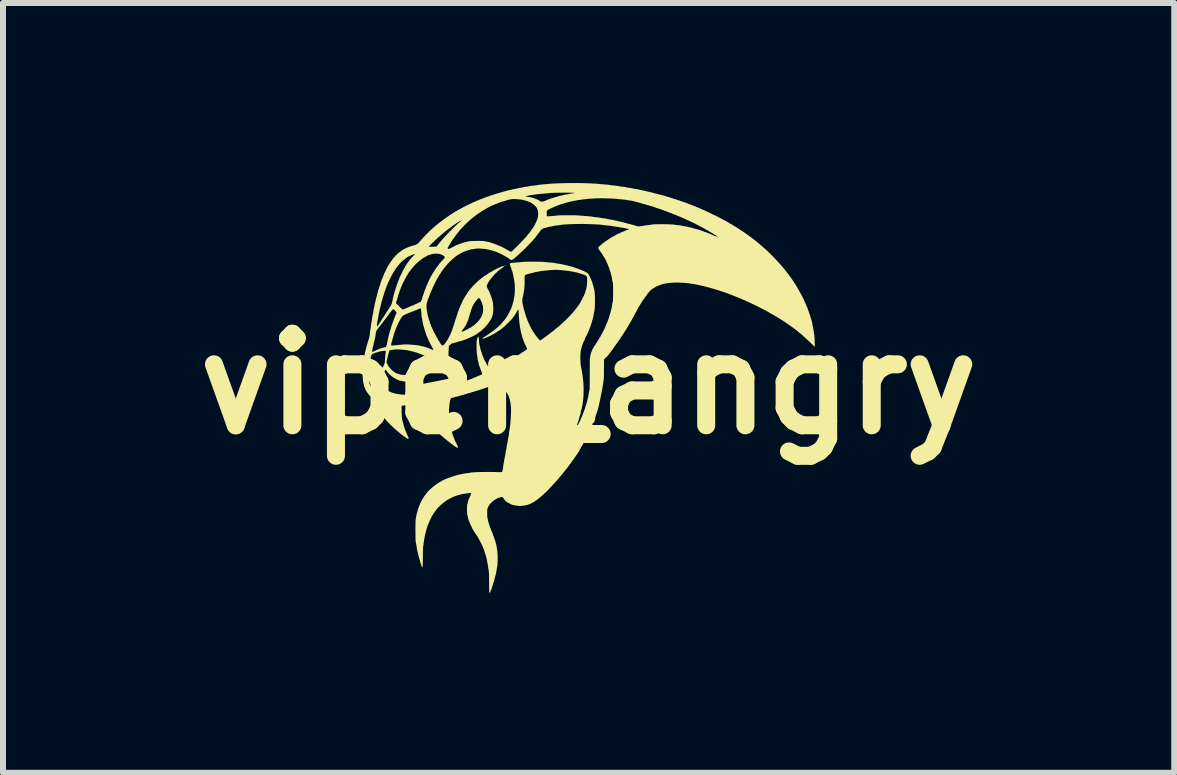
<source format=kicad_pcb>
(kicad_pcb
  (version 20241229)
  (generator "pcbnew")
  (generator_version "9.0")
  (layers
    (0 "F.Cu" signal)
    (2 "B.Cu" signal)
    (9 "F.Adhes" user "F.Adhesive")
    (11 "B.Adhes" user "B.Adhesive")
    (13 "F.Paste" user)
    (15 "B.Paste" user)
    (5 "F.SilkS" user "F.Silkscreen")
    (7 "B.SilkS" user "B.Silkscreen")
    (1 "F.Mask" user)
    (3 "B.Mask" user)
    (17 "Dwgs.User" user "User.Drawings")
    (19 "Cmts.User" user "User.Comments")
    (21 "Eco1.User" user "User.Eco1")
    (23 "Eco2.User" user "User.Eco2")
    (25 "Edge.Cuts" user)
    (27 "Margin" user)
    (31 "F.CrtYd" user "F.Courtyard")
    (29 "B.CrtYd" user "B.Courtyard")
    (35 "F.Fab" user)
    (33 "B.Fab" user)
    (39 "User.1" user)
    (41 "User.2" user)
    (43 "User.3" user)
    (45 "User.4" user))
  (footprint "viper_angry"
    (layer "F.Cu")
    (at 6.756 3.346)
    (property "Reference" "viper_angry" (at 0 0 0) (layer "F.SilkS") (effects (font (size 1.524 1.524) (thickness 0.3))))
    (attr board_only exclude_from_pos_files exclude_from_bom)
    (fp_poly (pts (xy -3.632 -0.066) (xy -3.634 -0.064) (xy -3.636 -0.066) (xy -3.634 -0.068)) (stroke (width 0) (type solid)) (fill yes) (layer "F.SilkS"))
    (fp_poly (pts (xy -2.905 -0.181) (xy -2.906 -0.178) (xy -2.908 -0.178) (xy -2.912 -0.179) (xy -2.911 -0.181) (xy -2.906 -0.181)) (stroke (width 0) (type solid)) (fill yes) (layer "F.SilkS"))
    (fp_poly (pts (xy -2.227 -0.026) (xy -2.227 -0.023) (xy -2.228 -0.018) (xy -2.228 -0.017) (xy -2.231 -0.02) (xy -2.232 -0.023) (xy -2.233 -0.029) (xy -2.231 -0.03)) (stroke (width 0) (type solid)) (fill yes) (layer "F.SilkS"))
    (fp_poly (pts (xy -1.384 -1.974) (xy -1.382 -1.969) (xy -1.387 -1.967) (xy -1.396 -1.967) (xy -1.399 -1.968) (xy -1.405 -1.971) (xy -1.403 -1.973) (xy -1.398 -1.975) (xy -1.388 -1.976)) (stroke (width 0) (type solid)) (fill yes) (layer "F.SilkS"))
    (fp_poly (pts (xy -0.223 -3.346) (xy -0.169 -3.346) (xy -0.115 -3.345) (xy -0.063 -3.344) (xy -0.013 -3.343) (xy 0.033 -3.341) (xy 0.074 -3.339) (xy 0.109 -3.337) (xy 0.138 -3.335) (xy 0.15 -3.334) (xy 0.174 -3.331) (xy 0.202 -3.328) (xy 0.233 -3.326) (xy 0.262 -3.324) (xy 0.269 -3.323) (xy 0.294 -3.321) (xy 0.316 -3.319) (xy 0.335 -3.317) (xy 0.348 -3.315) (xy 0.352 -3.314) (xy 0.362 -3.312) (xy 0.378 -3.31) (xy 0.398 -3.308) (xy 0.417 -3.306) (xy 0.44 -3.304) (xy 0.463 -3.301) (xy 0.484 -3.298) (xy 0.495 -3.296) (xy 0.512 -3.293) (xy 0.533 -3.289) (xy 0.556 -3.286) (xy 0.569 -3.285) (xy 0.589 -3.283) (xy 0.606 -3.28) (xy 0.618 -3.278) (xy 0.623 -3.276) (xy 0.63 -3.274) (xy 0.643 -3.272) (xy 0.66 -3.269) (xy 0.669 -3.268) (xy 0.69 -3.265) (xy 0.71 -3.262) (xy 0.726 -3.259) (xy 0.73 -3.258) (xy 0.748 -3.254) (xy 0.767 -3.25) (xy 0.775 -3.249) (xy 0.79 -3.247) (xy 0.81 -3.244) (xy 0.831 -3.239) (xy 0.834 -3.239) (xy 0.853 -3.234) (xy 0.878 -3.229) (xy 0.903 -3.223) (xy 0.921 -3.219) (xy 0.942 -3.215) (xy 0.962 -3.21) (xy 0.979 -3.206) (xy 0.988 -3.204) (xy 1.003 -3.2) (xy 1.021 -3.197) (xy 1.027 -3.195) (xy 1.042 -3.192) (xy 1.062 -3.187) (xy 1.075 -3.183) (xy 1.093 -3.178) (xy 1.111 -3.173) (xy 1.122 -3.171) (xy 1.139 -3.167) (xy 1.156 -3.162) (xy 1.16 -3.161) (xy 1.176 -3.156) (xy 1.195 -3.152) (xy 1.2 -3.15) (xy 1.219 -3.146) (xy 1.239 -3.141) (xy 1.259 -3.135) (xy 1.276 -3.13) (xy 1.289 -3.126) (xy 1.293 -3.124) (xy 1.302 -3.121) (xy 1.315 -3.117) (xy 1.327 -3.114) (xy 1.365 -3.103) (xy 1.402 -3.091) (xy 1.41 -3.088) (xy 1.424 -3.083) (xy 1.439 -3.079) (xy 1.439 -3.079) (xy 1.454 -3.075) (xy 1.468 -3.07) (xy 1.469 -3.069) (xy 1.484 -3.063) (xy 1.5 -3.058) (xy 1.501 -3.058) (xy 1.514 -3.055) (xy 1.525 -3.051) (xy 1.526 -3.05) (xy 1.535 -3.046) (xy 1.549 -3.042) (xy 1.557 -3.04) (xy 1.57 -3.036) (xy 1.579 -3.033) (xy 1.581 -3.031) (xy 1.586 -3.028) (xy 1.597 -3.025) (xy 1.604 -3.023) (xy 1.621 -3.018) (xy 1.636 -3.012) (xy 1.641 -3.01) (xy 1.652 -3.004) (xy 1.661 -3.002) (xy 1.662 -3.001) (xy 1.669 -3) (xy 1.68 -2.995) (xy 1.684 -2.993) (xy 1.695 -2.988) (xy 1.704 -2.985) (xy 1.706 -2.984) (xy 1.713 -2.983) (xy 1.725 -2.978) (xy 1.734 -2.974) (xy 1.746 -2.968) (xy 1.757 -2.964) (xy 1.761 -2.963) (xy 1.77 -2.961) (xy 1.776 -2.958) (xy 1.785 -2.953) (xy 1.798 -2.947) (xy 1.801 -2.946) (xy 1.814 -2.942) (xy 1.825 -2.937) (xy 1.827 -2.936) (xy 1.838 -2.93) (xy 1.846 -2.927) (xy 1.856 -2.924) (xy 1.869 -2.918) (xy 1.877 -2.915) (xy 1.895 -2.907) (xy 1.913 -2.898) (xy 1.92 -2.896) (xy 1.936 -2.888) (xy 1.954 -2.88) (xy 1.966 -2.874) (xy 1.983 -2.866) (xy 2.001 -2.858) (xy 2.011 -2.854) (xy 2.023 -2.848) (xy 2.033 -2.843) (xy 2.036 -2.841) (xy 2.043 -2.837) (xy 2.055 -2.831) (xy 2.07 -2.824) (xy 2.072 -2.823) (xy 2.098 -2.811) (xy 2.122 -2.8) (xy 2.147 -2.787) (xy 2.176 -2.772) (xy 2.182 -2.768) (xy 2.204 -2.757) (xy 2.229 -2.744) (xy 2.253 -2.731) (xy 2.258 -2.728) (xy 2.28 -2.717) (xy 2.304 -2.704) (xy 2.325 -2.691) (xy 2.33 -2.688) (xy 2.346 -2.678) (xy 2.359 -2.671) (xy 2.368 -2.665) (xy 2.371 -2.664) (xy 2.38 -2.66) (xy 2.394 -2.651) (xy 2.413 -2.64) (xy 2.434 -2.627) (xy 2.457 -2.613) (xy 2.479 -2.599) (xy 2.499 -2.585) (xy 2.517 -2.574) (xy 2.53 -2.565) (xy 2.536 -2.56) (xy 2.545 -2.554) (xy 2.553 -2.55) (xy 2.56 -2.545) (xy 2.573 -2.537) (xy 2.589 -2.526) (xy 2.606 -2.514) (xy 2.623 -2.502) (xy 2.64 -2.49) (xy 2.654 -2.481) (xy 2.662 -2.476) (xy 2.671 -2.469) (xy 2.675 -2.464) (xy 2.675 -2.464) (xy 2.679 -2.46) (xy 2.683 -2.458) (xy 2.689 -2.455) (xy 2.697 -2.449) (xy 2.71 -2.44) (xy 2.728 -2.426) (xy 2.752 -2.408) (xy 2.774 -2.391) (xy 2.783 -2.384) (xy 2.796 -2.373) (xy 2.81 -2.361) (xy 2.816 -2.356) (xy 2.835 -2.34) (xy 2.855 -2.323) (xy 2.874 -2.307) (xy 2.877 -2.305) (xy 2.917 -2.27) (xy 2.961 -2.23) (xy 3.007 -2.187) (xy 3.053 -2.141) (xy 3.099 -2.095) (xy 3.141 -2.05) (xy 3.175 -2.013) (xy 3.2 -1.984) (xy 3.225 -1.955) (xy 3.248 -1.928) (xy 3.269 -1.902) (xy 3.287 -1.88) (xy 3.3 -1.862) (xy 3.306 -1.854) (xy 3.315 -1.842) (xy 3.324 -1.831) (xy 3.326 -1.83) (xy 3.333 -1.822) (xy 3.336 -1.817) (xy 3.336 -1.817) (xy 3.338 -1.811) (xy 3.344 -1.802) (xy 3.348 -1.798) (xy 3.357 -1.786) (xy 3.366 -1.774) (xy 3.368 -1.771) (xy 3.377 -1.759) (xy 3.385 -1.749) (xy 3.392 -1.739) (xy 3.402 -1.724) (xy 3.415 -1.704) (xy 3.429 -1.682) (xy 3.444 -1.659) (xy 3.459 -1.635) (xy 3.472 -1.614) (xy 3.479 -1.602) (xy 3.49 -1.582) (xy 3.504 -1.558) (xy 3.518 -1.533) (xy 3.533 -1.506) (xy 3.546 -1.481) (xy 3.559 -1.457) (xy 3.569 -1.438) (xy 3.576 -1.423) (xy 3.579 -1.418) (xy 3.592 -1.389) (xy 3.605 -1.359) (xy 3.621 -1.325) (xy 3.627 -1.311) (xy 3.631 -1.3) (xy 3.632 -1.295) (xy 3.634 -1.287) (xy 3.636 -1.285) (xy 3.639 -1.28) (xy 3.644 -1.269) (xy 3.647 -1.26) (xy 3.652 -1.245) (xy 3.657 -1.231) (xy 3.66 -1.226) (xy 3.665 -1.213) (xy 3.668 -1.202) (xy 3.671 -1.192) (xy 3.676 -1.178) (xy 3.679 -1.171) (xy 3.684 -1.156) (xy 3.69 -1.138) (xy 3.696 -1.117) (xy 3.698 -1.111) (xy 3.704 -1.091) (xy 3.71 -1.069) (xy 3.715 -1.052) (xy 3.717 -1.048) (xy 3.722 -1.029) (xy 3.726 -1.008) (xy 3.728 -0.997) (xy 3.73 -0.98) (xy 3.734 -0.963) (xy 3.736 -0.955) (xy 3.739 -0.943) (xy 3.742 -0.926) (xy 3.746 -0.906) (xy 3.748 -0.891) (xy 3.751 -0.87) (xy 3.754 -0.85) (xy 3.757 -0.833) (xy 3.759 -0.826) (xy 3.76 -0.816) (xy 3.762 -0.799) (xy 3.763 -0.777) (xy 3.765 -0.751) (xy 3.766 -0.722) (xy 3.766 -0.711) (xy 3.769 -0.616) (xy 3.695 -0.689) (xy 3.621 -0.758) (xy 3.547 -0.824) (xy 3.471 -0.887) (xy 3.392 -0.947) (xy 3.309 -1.005) (xy 3.222 -1.063) (xy 3.129 -1.12) (xy 3.028 -1.178) (xy 3.011 -1.188) (xy 2.889 -1.254) (xy 2.765 -1.316) (xy 2.64 -1.375) (xy 2.514 -1.43) (xy 2.389 -1.48) (xy 2.265 -1.526) (xy 2.143 -1.566) (xy 2.024 -1.601) (xy 1.909 -1.631) (xy 1.808 -1.653) (xy 1.724 -1.668) (xy 1.645 -1.679) (xy 1.571 -1.685) (xy 1.498 -1.688) (xy 1.433 -1.688) (xy 1.365 -1.684) (xy 1.304 -1.677) (xy 1.249 -1.666) (xy 1.197 -1.651) (xy 1.148 -1.631) (xy 1.135 -1.625) (xy 1.09 -1.601) (xy 1.052 -1.575) (xy 1.017 -1.544) (xy 0.986 -1.507) (xy 0.958 -1.468) (xy 0.947 -1.452) (xy 0.937 -1.438) (xy 0.93 -1.43) (xy 0.927 -1.427) (xy 0.923 -1.423) (xy 0.923 -1.421) (xy 0.92 -1.414) (xy 0.913 -1.404) (xy 0.91 -1.401) (xy 0.902 -1.392) (xy 0.898 -1.385) (xy 0.897 -1.384) (xy 0.895 -1.379) (xy 0.89 -1.369) (xy 0.881 -1.356) (xy 0.879 -1.353) (xy 0.863 -1.327) (xy 0.85 -1.307) (xy 0.84 -1.29) (xy 0.832 -1.275) (xy 0.829 -1.27) (xy 0.822 -1.256) (xy 0.815 -1.244) (xy 0.812 -1.241) (xy 0.806 -1.231) (xy 0.804 -1.223) (xy 0.801 -1.214) (xy 0.798 -1.211) (xy 0.794 -1.205) (xy 0.787 -1.194) (xy 0.779 -1.179) (xy 0.775 -1.171) (xy 0.765 -1.153) (xy 0.755 -1.134) (xy 0.747 -1.119) (xy 0.745 -1.115) (xy 0.736 -1.1) (xy 0.728 -1.084) (xy 0.724 -1.077) (xy 0.717 -1.064) (xy 0.71 -1.051) (xy 0.701 -1.036) (xy 0.69 -1.016) (xy 0.686 -1.01) (xy 0.677 -0.995) (xy 0.669 -0.981) (xy 0.665 -0.973) (xy 0.652 -0.951) (xy 0.64 -0.931) (xy 0.63 -0.915) (xy 0.623 -0.903) (xy 0.618 -0.898) (xy 0.617 -0.897) (xy 0.614 -0.894) (xy 0.614 -0.892) (xy 0.612 -0.887) (xy 0.605 -0.876) (xy 0.595 -0.86) (xy 0.582 -0.84) (xy 0.567 -0.817) (xy 0.551 -0.792) (xy 0.533 -0.766) (xy 0.516 -0.74) (xy 0.498 -0.716) (xy 0.483 -0.693) (xy 0.479 -0.688) (xy 0.462 -0.665) (xy 0.445 -0.64) (xy 0.427 -0.615) (xy 0.413 -0.594) (xy 0.413 -0.594) (xy 0.399 -0.575) (xy 0.384 -0.554) (xy 0.368 -0.532) (xy 0.351 -0.511) (xy 0.335 -0.491) (xy 0.321 -0.473) (xy 0.309 -0.458) (xy 0.3 -0.449) (xy 0.295 -0.445) (xy 0.294 -0.445) (xy 0.289 -0.441) (xy 0.281 -0.434) (xy 0.273 -0.425) (xy 0.257 -0.405) (xy 0.256 -0.25) (xy 0.256 -0.207) (xy 0.256 -0.17) (xy 0.255 -0.138) (xy 0.254 -0.11) (xy 0.252 -0.084) (xy 0.25 -0.058) (xy 0.246 -0.032) (xy 0.242 -0.003) (xy 0.237 0.029) (xy 0.23 0.067) (xy 0.222 0.108) (xy 0.208 0.181) (xy 0.195 0.248) (xy 0.182 0.309) (xy 0.17 0.363) (xy 0.158 0.41) (xy 0.147 0.45) (xy 0.136 0.481) (xy 0.131 0.495) (xy 0.123 0.516) (xy 0.117 0.537) (xy 0.112 0.556) (xy 0.109 0.571) (xy 0.109 0.58) (xy 0.109 0.588) (xy 0.105 0.602) (xy 0.1 0.618) (xy 0.1 0.618) (xy 0.093 0.634) (xy 0.087 0.644) (xy 0.081 0.648) (xy 0.079 0.648) (xy 0.072 0.652) (xy 0.067 0.661) (xy 0.066 0.667) (xy 0.061 0.682) (xy 0.055 0.697) (xy 0.054 0.699) (xy 0.049 0.71) (xy 0.042 0.726) (xy 0.035 0.743) (xy 0.034 0.745) (xy 0.027 0.762) (xy 0.018 0.781) (xy 0.008 0.802) (xy -0.001 0.823) (xy -0.01 0.841) (xy -0.017 0.855) (xy -0.021 0.864) (xy -0.021 0.864) (xy -0.026 0.873) (xy -0.03 0.879) (xy -0.036 0.893) (xy -0.041 0.904) (xy -0.047 0.915) (xy -0.054 0.93) (xy -0.064 0.946) (xy -0.074 0.964) (xy -0.083 0.982) (xy -0.09 0.996) (xy -0.093 1.001) (xy -0.099 1.013) (xy -0.105 1.024) (xy -0.113 1.037) (xy -0.12 1.047) (xy -0.128 1.059) (xy -0.136 1.074) (xy -0.143 1.088) (xy -0.149 1.1) (xy -0.152 1.108) (xy -0.152 1.109) (xy -0.155 1.115) (xy -0.161 1.125) (xy -0.17 1.138) (xy -0.175 1.146) (xy -0.186 1.162) (xy -0.197 1.178) (xy -0.205 1.19) (xy -0.207 1.193) (xy -0.283 1.301) (xy -0.362 1.407) (xy -0.443 1.508) (xy -0.516 1.594) (xy -0.532 1.612) (xy -0.551 1.633) (xy -0.572 1.656) (xy -0.593 1.679) (xy -0.615 1.703) (xy -0.636 1.726) (xy -0.656 1.747) (xy -0.673 1.766) (xy -0.688 1.781) (xy -0.699 1.792) (xy -0.705 1.798) (xy -0.707 1.799) (xy -0.71 1.802) (xy -0.719 1.81) (xy -0.732 1.821) (xy -0.746 1.834) (xy -0.747 1.835) (xy -0.763 1.85) (xy -0.777 1.863) (xy -0.788 1.873) (xy -0.794 1.878) (xy -0.839 1.916) (xy -0.886 1.95) (xy -0.933 1.978) (xy -0.978 2) (xy -1.022 2.015) (xy -1.039 2.019) (xy -1.085 2.028) (xy -1.124 2.033) (xy -1.156 2.033) (xy -1.173 2.032) (xy -1.216 2.025) (xy -1.25 2.019) (xy -1.278 2.011) (xy -1.299 2.003) (xy -1.314 1.994) (xy -1.316 1.993) (xy -1.325 1.988) (xy -1.33 1.985) (xy -1.337 1.983) (xy -1.348 1.977) (xy -1.361 1.968) (xy -1.374 1.958) (xy -1.385 1.949) (xy -1.389 1.945) (xy -1.397 1.934) (xy -1.408 1.92) (xy -1.416 1.908) (xy -1.424 1.896) (xy -1.431 1.888) (xy -1.44 1.885) (xy -1.451 1.885) (xy -1.468 1.888) (xy -1.475 1.89) (xy -1.506 1.9) (xy -1.539 1.917) (xy -1.573 1.938) (xy -1.605 1.964) (xy -1.635 1.992) (xy -1.644 2.002) (xy -1.65 2.009) (xy -1.651 2.012) (xy -1.653 2.018) (xy -1.66 2.026) (xy -1.662 2.029) (xy -1.668 2.038) (xy -1.672 2.046) (xy -1.672 2.047) (xy -1.674 2.055) (xy -1.679 2.065) (xy -1.681 2.069) (xy -1.684 2.076) (xy -1.686 2.084) (xy -1.688 2.094) (xy -1.689 2.108) (xy -1.689 2.128) (xy -1.689 2.153) (xy -1.689 2.187) (xy -1.687 2.213) (xy -1.685 2.233) (xy -1.683 2.244) (xy -1.678 2.262) (xy -1.674 2.283) (xy -1.672 2.29) (xy -1.668 2.308) (xy -1.662 2.326) (xy -1.659 2.333) (xy -1.654 2.346) (xy -1.651 2.357) (xy -1.651 2.36) (xy -1.649 2.369) (xy -1.645 2.38) (xy -1.645 2.381) (xy -1.641 2.39) (xy -1.635 2.406) (xy -1.627 2.424) (xy -1.623 2.434) (xy -1.616 2.453) (xy -1.608 2.472) (xy -1.602 2.486) (xy -1.6 2.492) (xy -1.595 2.504) (xy -1.592 2.514) (xy -1.592 2.516) (xy -1.59 2.525) (xy -1.584 2.536) (xy -1.584 2.537) (xy -1.578 2.551) (xy -1.573 2.566) (xy -1.573 2.567) (xy -1.569 2.582) (xy -1.562 2.598) (xy -1.562 2.599) (xy -1.556 2.611) (xy -1.554 2.622) (xy -1.554 2.624) (xy -1.552 2.634) (xy -1.548 2.647) (xy -1.547 2.649) (xy -1.543 2.661) (xy -1.539 2.678) (xy -1.535 2.696) (xy -1.535 2.699) (xy -1.531 2.72) (xy -1.527 2.745) (xy -1.523 2.768) (xy -1.522 2.77) (xy -1.52 2.791) (xy -1.518 2.817) (xy -1.516 2.849) (xy -1.515 2.883) (xy -1.515 2.918) (xy -1.516 2.952) (xy -1.517 2.984) (xy -1.519 3.011) (xy -1.521 3.033) (xy -1.522 3.038) (xy -1.526 3.058) (xy -1.53 3.082) (xy -1.533 3.106) (xy -1.535 3.113) (xy -1.538 3.133) (xy -1.541 3.151) (xy -1.544 3.164) (xy -1.545 3.168) (xy -1.548 3.179) (xy -1.552 3.194) (xy -1.557 3.212) (xy -1.558 3.215) (xy -1.563 3.235) (xy -1.568 3.256) (xy -1.573 3.273) (xy -1.573 3.274) (xy -1.577 3.29) (xy -1.584 3.31) (xy -1.59 3.33) (xy -1.592 3.335) (xy -1.599 3.355) (xy -1.605 3.375) (xy -1.61 3.392) (xy -1.611 3.395) (xy -1.616 3.41) (xy -1.621 3.423) (xy -1.624 3.429) (xy -1.628 3.44) (xy -1.633 3.454) (xy -1.635 3.458) (xy -1.64 3.472) (xy -1.646 3.479) (xy -1.652 3.477) (xy -1.653 3.475) (xy -1.654 3.47) (xy -1.655 3.457) (xy -1.656 3.438) (xy -1.656 3.413) (xy -1.657 3.383) (xy -1.657 3.35) (xy -1.657 3.313) (xy -1.657 3.304) (xy -1.658 3.252) (xy -1.659 3.209) (xy -1.659 3.173) (xy -1.661 3.146) (xy -1.662 3.127) (xy -1.663 3.116) (xy -1.666 3.102) (xy -1.669 3.083) (xy -1.673 3.061) (xy -1.676 3.038) (xy -1.676 3.037) (xy -1.685 2.983) (xy -1.694 2.936) (xy -1.703 2.893) (xy -1.714 2.854) (xy -1.721 2.832) (xy -1.727 2.815) (xy -1.732 2.797) (xy -1.733 2.794) (xy -1.745 2.759) (xy -1.76 2.719) (xy -1.78 2.676) (xy -1.802 2.632) (xy -1.818 2.602) (xy -1.829 2.584) (xy -1.838 2.566) (xy -1.846 2.553) (xy -1.85 2.545) (xy -1.857 2.534) (xy -1.866 2.521) (xy -1.869 2.517) (xy -1.877 2.506) (xy -1.885 2.494) (xy -1.894 2.48) (xy -1.906 2.46) (xy -1.909 2.455) (xy -1.917 2.442) (xy -1.926 2.427) (xy -1.929 2.424) (xy -1.937 2.409) (xy -1.944 2.395) (xy -1.946 2.392) (xy -1.951 2.379) (xy -1.958 2.363) (xy -1.962 2.356) (xy -1.973 2.333) (xy -1.98 2.316) (xy -1.985 2.305) (xy -1.988 2.297) (xy -1.989 2.292) (xy -1.99 2.29) (xy -1.992 2.282) (xy -1.996 2.275) (xy -1.999 2.267) (xy -2.004 2.253) (xy -2.007 2.235) (xy -2.009 2.229) (xy -2.012 2.211) (xy -2.016 2.196) (xy -2.019 2.185) (xy -2.02 2.183) (xy -2.022 2.176) (xy -2.024 2.163) (xy -2.025 2.143) (xy -2.026 2.116) (xy -2.026 2.095) (xy -2.026 2.067) (xy -2.025 2.045) (xy -2.024 2.028) (xy -2.023 2.015) (xy -2.021 2.004) (xy -2.018 1.993) (xy -2.016 1.988) (xy -2.011 1.973) (xy -2.008 1.959) (xy -2.007 1.951) (xy -2.007 1.951) (xy -2.006 1.946) (xy -2.004 1.938) (xy -1.999 1.927) (xy -1.992 1.911) (xy -1.982 1.888) (xy -1.977 1.877) (xy -1.967 1.855) (xy -1.96 1.838) (xy -1.957 1.827) (xy -1.956 1.822) (xy -1.96 1.818) (xy -1.971 1.816) (xy -1.988 1.817) (xy -2.009 1.821) (xy -2.022 1.823) (xy -2.04 1.826) (xy -2.062 1.829) (xy -2.078 1.831) (xy -2.099 1.834) (xy -2.117 1.838) (xy -2.131 1.841) (xy -2.138 1.844) (xy -2.149 1.848) (xy -2.158 1.85) (xy -2.169 1.852) (xy -2.185 1.856) (xy -2.207 1.864) (xy -2.231 1.873) (xy -2.256 1.883) (xy -2.282 1.895) (xy -2.303 1.905) (xy -2.354 1.933) (xy -2.405 1.969) (xy -2.455 2.01) (xy -2.502 2.055) (xy -2.519 2.073) (xy -2.529 2.085) (xy -2.537 2.095) (xy -2.54 2.099) (xy -2.546 2.107) (xy -2.554 2.12) (xy -2.565 2.134) (xy -2.566 2.136) (xy -2.576 2.149) (xy -2.583 2.16) (xy -2.586 2.166) (xy -2.587 2.166) (xy -2.589 2.172) (xy -2.595 2.178) (xy -2.602 2.187) (xy -2.608 2.199) (xy -2.608 2.2) (xy -2.612 2.209) (xy -2.616 2.214) (xy -2.617 2.214) (xy -2.62 2.217) (xy -2.62 2.219) (xy -2.622 2.225) (xy -2.627 2.236) (xy -2.633 2.249) (xy -2.639 2.263) (xy -2.645 2.275) (xy -2.651 2.29) (xy -2.659 2.307) (xy -2.669 2.33) (xy -2.671 2.334) (xy -2.675 2.345) (xy -2.681 2.361) (xy -2.687 2.379) (xy -2.693 2.399) (xy -2.699 2.416) (xy -2.703 2.431) (xy -2.705 2.44) (xy -2.705 2.441) (xy -2.706 2.448) (xy -2.71 2.46) (xy -2.712 2.467) (xy -2.717 2.483) (xy -2.723 2.508) (xy -2.729 2.539) (xy -2.736 2.575) (xy -2.739 2.589) (xy -2.741 2.603) (xy -2.744 2.622) (xy -2.747 2.643) (xy -2.747 2.648) (xy -2.75 2.669) (xy -2.753 2.689) (xy -2.755 2.706) (xy -2.756 2.709) (xy -2.757 2.719) (xy -2.758 2.736) (xy -2.759 2.759) (xy -2.76 2.787) (xy -2.76 2.819) (xy -2.761 2.854) (xy -2.761 2.888) (xy -2.762 2.931) (xy -2.762 2.966) (xy -2.763 2.993) (xy -2.763 3.015) (xy -2.764 3.03) (xy -2.765 3.041) (xy -2.767 3.047) (xy -2.768 3.049) (xy -2.773 3.051) (xy -2.778 3.047) (xy -2.783 3.035) (xy -2.786 3.025) (xy -2.79 3.01) (xy -2.796 2.993) (xy -2.798 2.989) (xy -2.804 2.972) (xy -2.808 2.955) (xy -2.809 2.951) (xy -2.811 2.938) (xy -2.814 2.929) (xy -2.815 2.927) (xy -2.818 2.921) (xy -2.822 2.909) (xy -2.826 2.892) (xy -2.831 2.873) (xy -2.836 2.853) (xy -2.841 2.834) (xy -2.841 2.832) (xy -2.844 2.819) (xy -2.848 2.801) (xy -2.853 2.781) (xy -2.854 2.777) (xy -2.858 2.756) (xy -2.862 2.733) (xy -2.865 2.713) (xy -2.866 2.711) (xy -2.868 2.692) (xy -2.872 2.67) (xy -2.876 2.648) (xy -2.877 2.646) (xy -2.879 2.636) (xy -2.88 2.625) (xy -2.882 2.612) (xy -2.883 2.596) (xy -2.883 2.577) (xy -2.884 2.553) (xy -2.884 2.524) (xy -2.884 2.488) (xy -2.885 2.445) (xy -2.885 2.436) (xy -2.885 2.389) (xy -2.884 2.349) (xy -2.884 2.317) (xy -2.883 2.291) (xy -2.882 2.271) (xy -2.881 2.257) (xy -2.88 2.247) (xy -2.879 2.244) (xy -2.876 2.231) (xy -2.872 2.212) (xy -2.869 2.192) (xy -2.868 2.187) (xy -2.864 2.166) (xy -2.859 2.146) (xy -2.854 2.129) (xy -2.853 2.126) (xy -2.848 2.112) (xy -2.845 2.099) (xy -2.845 2.094) (xy -2.843 2.085) (xy -2.838 2.072) (xy -2.836 2.069) (xy -2.831 2.058) (xy -2.828 2.049) (xy -2.828 2.048) (xy -2.826 2.041) (xy -2.821 2.03) (xy -2.819 2.026) (xy -2.813 2.011) (xy -2.807 1.996) (xy -2.806 1.994) (xy -2.802 1.982) (xy -2.797 1.973) (xy -2.796 1.973) (xy -2.792 1.966) (xy -2.786 1.954) (xy -2.778 1.939) (xy -2.775 1.934) (xy -2.768 1.919) (xy -2.761 1.907) (xy -2.757 1.901) (xy -2.756 1.901) (xy -2.752 1.897) (xy -2.752 1.895) (xy -2.749 1.888) (xy -2.743 1.878) (xy -2.739 1.873) (xy -2.73 1.861) (xy -2.723 1.851) (xy -2.72 1.848) (xy -2.711 1.836) (xy -2.699 1.821) (xy -2.686 1.805) (xy -2.673 1.79) (xy -2.661 1.777) (xy -2.654 1.769) (xy -2.6 1.721) (xy -2.549 1.681) (xy -2.5 1.647) (xy -2.468 1.629) (xy -2.45 1.619) (xy -2.431 1.609) (xy -2.415 1.6) (xy -2.412 1.599) (xy -2.39 1.588) (xy -2.362 1.576) (xy -2.328 1.564) (xy -2.292 1.551) (xy -2.255 1.539) (xy -2.218 1.527) (xy -2.183 1.518) (xy -2.155 1.511) (xy -2.122 1.504) (xy -2.096 1.498) (xy -2.075 1.494) (xy -2.058 1.491) (xy -2.042 1.489) (xy -2.027 1.487) (xy -2.017 1.486) (xy -1.997 1.484) (xy -1.978 1.481) (xy -1.963 1.478) (xy -1.958 1.477) (xy -1.946 1.475) (xy -1.926 1.474) (xy -1.9 1.472) (xy -1.869 1.47) (xy -1.834 1.469) (xy -1.796 1.468) (xy -1.757 1.467) (xy -1.716 1.467) (xy -1.676 1.466) (xy -1.637 1.467) (xy -1.6 1.467) (xy -1.568 1.468) (xy -1.564 1.468) (xy -1.523 1.47) (xy -1.491 1.47) (xy -1.467 1.47) (xy -1.452 1.47) (xy -1.445 1.468) (xy -1.445 1.468) (xy -1.44 1.46) (xy -1.434 1.444) (xy -1.429 1.422) (xy -1.425 1.395) (xy -1.423 1.375) (xy -1.42 1.355) (xy -1.418 1.337) (xy -1.415 1.323) (xy -1.414 1.318) (xy -1.412 1.309) (xy -1.409 1.294) (xy -1.406 1.275) (xy -1.404 1.26) (xy -1.401 1.241) (xy -1.397 1.224) (xy -1.395 1.212) (xy -1.393 1.207) (xy -1.391 1.2) (xy -1.389 1.187) (xy -1.386 1.17) (xy -1.385 1.16) (xy -1.382 1.14) (xy -1.379 1.121) (xy -1.376 1.107) (xy -1.374 1.102) (xy -1.371 1.089) (xy -1.368 1.072) (xy -1.366 1.054) (xy -1.363 1.033) (xy -1.359 1.009) (xy -1.355 0.991) (xy -1.35 0.971) (xy -1.347 0.95) (xy -1.344 0.933) (xy -1.342 0.915) (xy -1.338 0.896) (xy -1.336 0.887) (xy -1.332 0.872) (xy -1.329 0.853) (xy -1.327 0.833) (xy -1.327 0.832) (xy -1.325 0.81) (xy -1.322 0.787) (xy -1.318 0.768) (xy -1.314 0.745) (xy -1.312 0.726) (xy -0.205 0.726) (xy -0.203 0.728) (xy -0.2 0.725) (xy -0.199 0.72) (xy -0.2 0.713) (xy -0.201 0.711) (xy -0.203 0.715) (xy -0.204 0.72) (xy -0.205 0.726) (xy -1.312 0.726) (xy -1.31 0.714) (xy -1.306 0.679) (xy -1.302 0.64) (xy -1.299 0.6) (xy -1.296 0.56) (xy -1.294 0.521) (xy -1.292 0.486) (xy -1.292 0.48) (xy -1.292 0.447) (xy -1.292 0.419) (xy -1.293 0.395) (xy -1.295 0.372) (xy -1.298 0.348) (xy -1.3 0.332) (xy -1.304 0.308) (xy -1.308 0.285) (xy -1.312 0.265) (xy -1.316 0.251) (xy -1.317 0.248) (xy -1.322 0.233) (xy -1.326 0.218) (xy -1.328 0.213) (xy -1.331 0.202) (xy -1.336 0.194) (xy -1.336 0.194) (xy -1.341 0.187) (xy -1.342 0.184) (xy -1.344 0.179) (xy -1.35 0.168) (xy -1.359 0.154) (xy -1.363 0.147) (xy -1.378 0.128) (xy -1.395 0.109) (xy -1.415 0.092) (xy -1.434 0.077) (xy -1.451 0.066) (xy -1.462 0.062) (xy -1.474 0.058) (xy -1.488 0.052) (xy -1.494 0.05) (xy -1.502 0.046) (xy -1.511 0.044) (xy -1.521 0.042) (xy -1.535 0.041) (xy -1.554 0.041) (xy -1.58 0.04) (xy -1.583 0.04) (xy -1.609 0.04) (xy -1.629 0.041) (xy -1.643 0.041) (xy -1.653 0.043) (xy -1.66 0.045) (xy -1.667 0.048) (xy -1.67 0.05) (xy -1.682 0.056) (xy -1.693 0.059) (xy -1.695 0.059) (xy -1.705 0.061) (xy -1.716 0.066) (xy -1.727 0.07) (xy -1.742 0.075) (xy -1.754 0.079) (xy -1.768 0.083) (xy -1.78 0.087) (xy -1.786 0.089) (xy -1.796 0.093) (xy -1.812 0.099) (xy -1.831 0.105) (xy -1.85 0.11) (xy -1.868 0.115) (xy -1.872 0.116) (xy -1.886 0.12) (xy -1.897 0.124) (xy -1.902 0.126) (xy -1.909 0.129) (xy -1.921 0.133) (xy -1.932 0.135) (xy -1.947 0.139) (xy -1.961 0.144) (xy -1.968 0.146) (xy -1.979 0.151) (xy -1.988 0.153) (xy -1.997 0.154) (xy -2.009 0.158) (xy -2.013 0.159) (xy -2.027 0.164) (xy -2.047 0.17) (xy -2.074 0.178) (xy -2.108 0.187) (xy -2.117 0.189) (xy -2.135 0.194) (xy -2.155 0.2) (xy -2.167 0.204) (xy -2.181 0.208) (xy -2.195 0.211) (xy -2.2 0.212) (xy -2.211 0.214) (xy -2.225 0.218) (xy -2.23 0.22) (xy -2.244 0.225) (xy -2.256 0.228) (xy -2.26 0.229) (xy -2.274 0.23) (xy -2.285 0.234) (xy -2.294 0.242) (xy -2.301 0.254) (xy -2.307 0.273) (xy -2.312 0.297) (xy -2.316 0.33) (xy -2.317 0.332) (xy -2.32 0.361) (xy -2.322 0.392) (xy -2.325 0.424) (xy -2.326 0.456) (xy -2.327 0.487) (xy -2.328 0.514) (xy -2.327 0.537) (xy -2.326 0.554) (xy -2.325 0.563) (xy -2.322 0.573) (xy -2.32 0.59) (xy -2.317 0.61) (xy -2.316 0.624) (xy -2.309 0.673) (xy -2.298 0.723) (xy -2.286 0.77) (xy -2.281 0.788) (xy -2.275 0.809) (xy -2.268 0.831) (xy -2.267 0.836) (xy -2.261 0.856) (xy -2.254 0.876) (xy -2.247 0.892) (xy -2.245 0.895) (xy -2.24 0.908) (xy -2.236 0.918) (xy -2.235 0.922) (xy -2.233 0.929) (xy -2.229 0.94) (xy -2.227 0.943) (xy -2.222 0.953) (xy -2.214 0.969) (xy -2.205 0.988) (xy -2.197 1.004) (xy -2.187 1.024) (xy -2.182 1.037) (xy -2.179 1.047) (xy -2.178 1.053) (xy -2.18 1.058) (xy -2.184 1.065) (xy -2.187 1.067) (xy -2.191 1.064) (xy -2.201 1.058) (xy -2.214 1.049) (xy -2.23 1.039) (xy -2.246 1.027) (xy -2.261 1.016) (xy -2.274 1.006) (xy -2.279 1.003) (xy -2.291 0.994) (xy -2.307 0.981) (xy -2.326 0.966) (xy -2.345 0.951) (xy -2.347 0.95) (xy -2.389 0.916) (xy -2.433 0.879) (xy -2.477 0.84) (xy -2.52 0.8) (xy -2.56 0.761) (xy -2.597 0.723) (xy -2.63 0.688) (xy -2.649 0.665) (xy -2.663 0.648) (xy -2.676 0.632) (xy -2.688 0.619) (xy -2.691 0.615) (xy -2.702 0.601) (xy -2.714 0.585) (xy -2.724 0.571) (xy -2.734 0.556) (xy -2.743 0.543) (xy -2.75 0.533) (xy -2.756 0.525) (xy -2.765 0.511) (xy -2.776 0.494) (xy -2.788 0.477) (xy -2.798 0.461) (xy -2.806 0.448) (xy -2.81 0.442) (xy -2.814 0.435) (xy -2.821 0.422) (xy -2.829 0.406) (xy -2.835 0.394) (xy -2.845 0.377) (xy -2.854 0.362) (xy -2.861 0.352) (xy -2.865 0.348) (xy -2.87 0.346) (xy -2.877 0.344) (xy -2.888 0.344) (xy -2.904 0.345) (xy -2.926 0.347) (xy -2.951 0.349) (xy -2.981 0.351) (xy -3.011 0.354) (xy -3.04 0.356) (xy -3.041 0.356) (xy -3.068 0.358) (xy -3.089 0.36) (xy -3.104 0.363) (xy -3.11 0.365) (xy -3.113 0.368) (xy -3.114 0.372) (xy -3.115 0.38) (xy -3.116 0.392) (xy -3.116 0.41) (xy -3.115 0.433) (xy -3.115 0.464) (xy -3.114 0.47) (xy -3.113 0.499) (xy -3.112 0.526) (xy -3.111 0.55) (xy -3.109 0.57) (xy -3.108 0.583) (xy -3.107 0.586) (xy -3.104 0.599) (xy -3.1 0.616) (xy -3.095 0.635) (xy -3.095 0.637) (xy -3.086 0.672) (xy -3.078 0.701) (xy -3.071 0.725) (xy -3.065 0.742) (xy -3.063 0.746) (xy -3.058 0.76) (xy -3.054 0.773) (xy -3.05 0.784) (xy -3.046 0.792) (xy -3.041 0.8) (xy -3.037 0.811) (xy -3.033 0.823) (xy -3.027 0.837) (xy -3.027 0.838) (xy -3.015 0.861) (xy -3.007 0.878) (xy -3.002 0.89) (xy -3 0.898) (xy -2.999 0.904) (xy -3.001 0.909) (xy -3.001 0.91) (xy -3.007 0.917) (xy -3.013 0.917) (xy -3.018 0.912) (xy -3.025 0.907) (xy -3.028 0.906) (xy -3.034 0.903) (xy -3.043 0.897) (xy -3.053 0.889) (xy -3.064 0.88) (xy -3.073 0.874) (xy -3.077 0.872) (xy -3.081 0.87) (xy -3.091 0.863) (xy -3.105 0.852) (xy -3.121 0.84) (xy -3.138 0.826) (xy -3.155 0.812) (xy -3.162 0.806) (xy -3.167 0.801) (xy -3.178 0.792) (xy -3.192 0.78) (xy -3.208 0.766) (xy -3.209 0.766) (xy -3.227 0.75) (xy -3.249 0.73) (xy -3.271 0.709) (xy -3.295 0.687) (xy -3.317 0.665) (xy -3.336 0.645) (xy -3.353 0.628) (xy -3.365 0.615) (xy -3.367 0.612) (xy -3.376 0.6) (xy -3.384 0.591) (xy -3.387 0.588) (xy -3.395 0.58) (xy -3.406 0.567) (xy -3.42 0.549) (xy -3.435 0.53) (xy -3.451 0.509) (xy -3.466 0.489) (xy -3.479 0.472) (xy -3.488 0.458) (xy -3.49 0.454) (xy -3.5 0.438) (xy -3.511 0.42) (xy -3.522 0.401) (xy -3.532 0.383) (xy -3.54 0.368) (xy -3.545 0.358) (xy -3.548 0.352) (xy -3.548 0.352) (xy -3.55 0.346) (xy -3.554 0.343) (xy -3.558 0.336) (xy -3.563 0.324) (xy -3.566 0.315) (xy -3.571 0.302) (xy -3.575 0.293) (xy -3.577 0.29) (xy -3.581 0.285) (xy -3.585 0.274) (xy -3.586 0.27) (xy -3.592 0.257) (xy -3.602 0.242) (xy -3.617 0.227) (xy -3.648 0.194) (xy -3.675 0.161) (xy -3.7 0.125) (xy -3.709 0.11) (xy -3.715 0.099) (xy -3.72 0.085) (xy -3.721 0.083) (xy -3.727 0.067) (xy -3.734 0.052) (xy -3.734 0.051) (xy -3.74 0.038) (xy -3.742 0.026) (xy -3.742 0.025) (xy -3.744 0.015) (xy -3.747 0.001) (xy -3.751 -0.012) (xy -3.754 -0.025) (xy -3.757 -0.039) (xy -3.759 -0.057) (xy -3.761 -0.079) (xy -3.763 -0.107) (xy -3.765 -0.138) (xy -3.661 -0.138) (xy -3.66 -0.119) (xy -3.66 -0.115) (xy -3.658 -0.084) (xy -3.657 -0.059) (xy -3.655 -0.04) (xy -3.653 -0.025) (xy -3.651 -0.013) (xy -3.648 -0.003) (xy -3.645 0.008) (xy -3.644 0.011) (xy -3.627 0.05) (xy -3.607 0.082) (xy -3.584 0.107) (xy -3.559 0.125) (xy -3.533 0.135) (xy -3.509 0.138) (xy -3.488 0.134) (xy -3.468 0.123) (xy -3.449 0.105) (xy -3.445 0.1) (xy -3.434 0.087) (xy -3.425 0.077) (xy -3.42 0.071) (xy -3.419 0.071) (xy -3.407 0.068) (xy -3.395 0.071) (xy -3.388 0.077) (xy -3.38 0.085) (xy -3.366 0.096) (xy -3.35 0.107) (xy -3.333 0.118) (xy -3.317 0.127) (xy -3.306 0.132) (xy -3.292 0.137) (xy -3.281 0.143) (xy -3.271 0.147) (xy -3.264 0.148) (xy -3.256 0.15) (xy -3.245 0.154) (xy -3.241 0.155) (xy -3.23 0.158) (xy -3.214 0.162) (xy -3.193 0.166) (xy -3.169 0.17) (xy -3.158 0.172) (xy -3.133 0.175) (xy -3.112 0.178) (xy -3.091 0.179) (xy -3.07 0.18) (xy -3.044 0.181) (xy -3.014 0.181) (xy -3.002 0.18) (xy -2.971 0.18) (xy -2.948 0.179) (xy -2.93 0.178) (xy -2.919 0.177) (xy -2.911 0.175) (xy -2.906 0.173) (xy -2.905 0.173) (xy -2.901 0.163) (xy -2.905 0.15) (xy -2.914 0.137) (xy -2.928 0.118) (xy -2.944 0.095) (xy -2.959 0.069) (xy -2.974 0.043) (xy -2.987 0.018) (xy -2.997 -0.004) (xy -3.003 -0.021) (xy -3.003 -0.022) (xy -3.005 -0.027) (xy -3.008 -0.031) (xy -3.015 -0.033) (xy -3.027 -0.035) (xy -3.041 -0.036) (xy -3.063 -0.039) (xy -3.087 -0.043) (xy -3.107 -0.047) (xy -3.123 -0.051) (xy -3.136 -0.054) (xy -3.144 -0.055) (xy -3.144 -0.055) (xy -3.154 -0.057) (xy -3.169 -0.063) (xy -3.188 -0.072) (xy -3.209 -0.082) (xy -3.23 -0.094) (xy -3.25 -0.106) (xy -3.266 -0.117) (xy -3.294 -0.139) (xy -3.321 -0.163) (xy -3.344 -0.187) (xy -3.363 -0.211) (xy -3.373 -0.228) (xy -3.378 -0.237) (xy -3.388 -0.227) (xy -3.396 -0.218) (xy -3.405 -0.205) (xy -3.409 -0.201) (xy -3.418 -0.189) (xy -3.432 -0.174) (xy -3.448 -0.158) (xy -3.465 -0.144) (xy -3.479 -0.132) (xy -3.488 -0.127) (xy -3.496 -0.122) (xy -3.501 -0.118) (xy -3.506 -0.115) (xy -3.516 -0.109) (xy -3.529 -0.102) (xy -3.531 -0.102) (xy -3.545 -0.094) (xy -3.558 -0.088) (xy -3.565 -0.084) (xy -3.565 -0.084) (xy -3.576 -0.081) (xy -3.588 -0.078) (xy -3.6 -0.077) (xy -3.607 -0.079) (xy -3.608 -0.08) (xy -3.607 -0.084) (xy -3.6 -0.091) (xy -3.596 -0.094) (xy -3.582 -0.102) (xy -3.569 -0.111) (xy -3.567 -0.112) (xy -3.556 -0.12) (xy -3.549 -0.127) (xy -3.548 -0.128) (xy -3.542 -0.134) (xy -3.537 -0.135) (xy -3.531 -0.139) (xy -3.525 -0.146) (xy -3.518 -0.154) (xy -3.508 -0.166) (xy -3.497 -0.177) (xy -3.485 -0.19) (xy -3.475 -0.202) (xy -3.47 -0.211) (xy -3.464 -0.22) (xy -3.459 -0.224) (xy -3.459 -0.224) (xy -3.455 -0.228) (xy -3.45 -0.237) (xy -3.448 -0.24) (xy -3.442 -0.253) (xy -3.434 -0.269) (xy -3.429 -0.277) (xy -3.417 -0.298) (xy -3.41 -0.313) (xy -3.408 -0.323) (xy -3.408 -0.323) (xy -3.406 -0.33) (xy -3.401 -0.338) (xy -3.398 -0.344) (xy -3.396 -0.354) (xy -3.394 -0.365) (xy -3.365 -0.365) (xy -3.364 -0.35) (xy -3.361 -0.34) (xy -3.36 -0.339) (xy -3.354 -0.332) (xy -3.348 -0.321) (xy -3.348 -0.321) (xy -3.339 -0.303) (xy -3.325 -0.283) (xy -3.306 -0.261) (xy -3.286 -0.239) (xy -3.265 -0.219) (xy -3.248 -0.205) (xy -3.216 -0.184) (xy -3.181 -0.169) (xy -3.145 -0.158) (xy -3.104 -0.151) (xy -3.058 -0.149) (xy -3.005 -0.152) (xy -2.998 -0.152) (xy -2.932 -0.158) (xy -2.924 -0.148) (xy -2.919 -0.14) (xy -2.917 -0.133) (xy -2.915 -0.127) (xy -2.909 -0.114) (xy -2.9 -0.098) (xy -2.89 -0.08) (xy -2.879 -0.061) (xy -2.868 -0.043) (xy -2.858 -0.028) (xy -2.851 -0.017) (xy -2.85 -0.017) (xy -2.845 -0.011) (xy -2.836 -0.00017) (xy -2.826 0.013) (xy -2.822 0.017) (xy -2.799 0.043) (xy -2.774 0.068) (xy -2.748 0.09) (xy -2.723 0.109) (xy -2.701 0.124) (xy -2.683 0.132) (xy -2.673 0.133) (xy -2.658 0.133) (xy -2.639 0.132) (xy -2.621 0.129) (xy -2.604 0.126) (xy -2.592 0.123) (xy -2.59 0.122) (xy -2.583 0.12) (xy -2.569 0.116) (xy -2.553 0.112) (xy -2.545 0.11) (xy -2.507 0.101) (xy -2.475 0.094) (xy -2.449 0.086) (xy -2.431 0.08) (xy -2.416 0.075) (xy -2.403 0.073) (xy -2.397 0.072) (xy -2.384 0.07) (xy -2.377 0.066) (xy -2.368 0.062) (xy -2.354 0.057) (xy -2.343 0.053) (xy -2.306 0.043) (xy -2.269 0.031) (xy -2.263 0.029) (xy -2.251 0.025) (xy -2.236 0.019) (xy -2.227 0.016) (xy -2.209 0.01) (xy -2.189 0.003) (xy -2.178 -0.000291) (xy -2.16 -0.006) (xy -2.139 -0.013) (xy -2.124 -0.019) (xy -2.104 -0.026) (xy -2.082 -0.035) (xy -2.067 -0.041) (xy -2.05 -0.047) (xy -2.033 -0.053) (xy -2.021 -0.058) (xy -2.008 -0.063) (xy -1.996 -0.068) (xy -1.994 -0.069) (xy -1.982 -0.074) (xy -1.969 -0.078) (xy -1.968 -0.078) (xy -1.955 -0.082) (xy -1.943 -0.087) (xy -1.943 -0.087) (xy -1.934 -0.091) (xy -1.92 -0.098) (xy -1.904 -0.105) (xy -1.901 -0.106) (xy -1.883 -0.113) (xy -1.866 -0.121) (xy -1.853 -0.126) (xy -1.852 -0.127) (xy -1.823 -0.139) (xy -1.801 -0.148) (xy -1.787 -0.154) (xy -1.783 -0.155) (xy -1.776 -0.158) (xy -1.774 -0.164) (xy -1.775 -0.173) (xy -1.777 -0.183) (xy -1.783 -0.199) (xy -1.789 -0.218) (xy -1.794 -0.229) (xy -1.801 -0.247) (xy -1.808 -0.265) (xy -1.813 -0.278) (xy -1.814 -0.284) (xy -1.818 -0.296) (xy -1.822 -0.307) (xy -1.823 -0.307) (xy -1.826 -0.315) (xy -1.83 -0.329) (xy -1.833 -0.344) (xy -1.836 -0.361) (xy -1.84 -0.376) (xy -1.843 -0.386) (xy -1.846 -0.397) (xy -1.849 -0.413) (xy -1.852 -0.432) (xy -1.852 -0.434) (xy -1.854 -0.456) (xy -1.858 -0.479) (xy -1.861 -0.498) (xy -1.863 -0.517) (xy -1.865 -0.542) (xy -1.866 -0.574) (xy -1.867 -0.614) (xy -1.867 -0.621) (xy -1.867 -0.652) (xy -1.866 -0.676) (xy -1.866 -0.695) (xy -1.865 -0.71) (xy -1.863 -0.722) (xy -1.861 -0.734) (xy -1.857 -0.746) (xy -1.857 -0.749) (xy -1.852 -0.765) (xy -1.847 -0.779) (xy -1.843 -0.787) (xy -1.842 -0.788) (xy -1.838 -0.788) (xy -1.834 -0.781) (xy -1.831 -0.767) (xy -1.828 -0.749) (xy -1.827 -0.732) (xy -1.825 -0.705) (xy -1.823 -0.68) (xy -1.82 -0.661) (xy -1.817 -0.647) (xy -1.816 -0.643) (xy -1.813 -0.635) (xy -1.81 -0.622) (xy -1.808 -0.606) (xy -1.807 -0.605) (xy -1.804 -0.588) (xy -1.801 -0.575) (xy -1.798 -0.566) (xy -1.798 -0.566) (xy -1.795 -0.558) (xy -1.79 -0.544) (xy -1.786 -0.532) (xy -1.777 -0.503) (xy -1.768 -0.478) (xy -1.76 -0.457) (xy -1.755 -0.447) (xy -1.75 -0.436) (xy -1.748 -0.428) (xy -1.748 -0.428) (xy -1.746 -0.421) (xy -1.741 -0.409) (xy -1.733 -0.396) (xy -1.724 -0.379) (xy -1.714 -0.361) (xy -1.708 -0.349) (xy -1.693 -0.322) (xy -1.676 -0.295) (xy -1.658 -0.27) (xy -1.641 -0.25) (xy -1.636 -0.245) (xy -1.63 -0.24) (xy -1.624 -0.236) (xy -1.618 -0.236) (xy -1.609 -0.238) (xy -1.596 -0.243) (xy -1.577 -0.252) (xy -1.573 -0.254) (xy -1.557 -0.261) (xy -1.543 -0.268) (xy -1.534 -0.272) (xy -1.532 -0.273) (xy -1.525 -0.276) (xy -1.514 -0.282) (xy -1.507 -0.286) (xy -1.495 -0.293) (xy -1.478 -0.302) (xy -1.459 -0.312) (xy -1.448 -0.318) (xy -1.427 -0.33) (xy -1.402 -0.343) (xy -1.377 -0.357) (xy -1.362 -0.366) (xy -1.343 -0.376) (xy -1.326 -0.386) (xy -1.313 -0.394) (xy -1.305 -0.398) (xy -1.295 -0.404) (xy -1.282 -0.412) (xy -1.268 -0.421) (xy -1.252 -0.431) (xy -1.236 -0.441) (xy -1.226 -0.448) (xy -1.212 -0.456) (xy -1.2 -0.464) (xy -1.197 -0.466) (xy -1.188 -0.472) (xy -1.182 -0.474) (xy -1.182 -0.474) (xy -1.176 -0.477) (xy -1.168 -0.483) (xy -1.168 -0.483) (xy -1.157 -0.491) (xy -1.146 -0.496) (xy -1.138 -0.5) (xy -1.135 -0.504) (xy -1.131 -0.507) (xy -1.123 -0.512) (xy -1.122 -0.512) (xy -1.113 -0.517) (xy -1.109 -0.521) (xy -1.109 -0.521) (xy -1.106 -0.525) (xy -1.097 -0.531) (xy -1.095 -0.532) (xy -1.076 -0.542) (xy -1.059 -0.554) (xy -1.043 -0.565) (xy -1.032 -0.574) (xy -1.026 -0.581) (xy -1.026 -0.582) (xy -1.027 -0.59) (xy -1.032 -0.605) (xy -1.042 -0.625) (xy -1.046 -0.633) (xy -1.055 -0.653) (xy -1.065 -0.672) (xy -1.072 -0.688) (xy -1.075 -0.696) (xy -1.08 -0.71) (xy -1.086 -0.728) (xy -1.094 -0.748) (xy -1.098 -0.76) (xy -1.104 -0.778) (xy -1.109 -0.795) (xy -1.113 -0.807) (xy -1.113 -0.812) (xy -1.115 -0.822) (xy -1.119 -0.835) (xy -1.12 -0.837) (xy -1.124 -0.849) (xy -1.128 -0.866) (xy -1.131 -0.884) (xy -1.131 -0.885) (xy -1.134 -0.903) (xy -1.137 -0.922) (xy -1.141 -0.936) (xy -1.144 -0.947) (xy -1.146 -0.966) (xy -1.149 -0.99) (xy -1.153 -1.019) (xy -1.156 -1.052) (xy -1.158 -1.087) (xy -1.161 -1.122) (xy -1.163 -1.157) (xy -1.164 -1.171) (xy -1.165 -1.2) (xy -1.167 -1.22) (xy -1.17 -1.233) (xy -1.173 -1.238) (xy -1.177 -1.236) (xy -1.183 -1.228) (xy -1.183 -1.227) (xy -1.191 -1.211) (xy -1.201 -1.194) (xy -1.21 -1.179) (xy -1.216 -1.169) (xy -1.217 -1.168) (xy -1.222 -1.161) (xy -1.223 -1.158) (xy -1.226 -1.153) (xy -1.233 -1.142) (xy -1.242 -1.129) (xy -1.253 -1.115) (xy -1.263 -1.103) (xy -1.271 -1.091) (xy -1.272 -1.09) (xy -1.28 -1.08) (xy -1.293 -1.066) (xy -1.31 -1.048) (xy -1.328 -1.029) (xy -1.348 -1.009) (xy -1.367 -0.99) (xy -1.384 -0.974) (xy -1.398 -0.961) (xy -1.403 -0.956) (xy -1.418 -0.944) (xy -1.432 -0.932) (xy -1.443 -0.923) (xy -1.444 -0.923) (xy -1.454 -0.915) (xy -1.467 -0.905) (xy -1.481 -0.896) (xy -1.493 -0.888) (xy -1.501 -0.882) (xy -1.505 -0.881) (xy -1.509 -0.878) (xy -1.518 -0.873) (xy -1.526 -0.867) (xy -1.561 -0.844) (xy -1.594 -0.826) (xy -1.594 -0.826) (xy -1.606 -0.82) (xy -1.615 -0.814) (xy -1.617 -0.813) (xy -1.624 -0.809) (xy -1.636 -0.803) (xy -1.653 -0.795) (xy -1.673 -0.786) (xy -1.693 -0.777) (xy -1.713 -0.768) (xy -1.725 -0.762) (xy -1.743 -0.756) (xy -1.757 -0.755) (xy -1.766 -0.757) (xy -1.768 -0.761) (xy -1.766 -0.766) (xy -1.758 -0.77) (xy -1.758 -0.77) (xy -1.748 -0.775) (xy -1.741 -0.778) (xy -1.685 -0.816) (xy -1.635 -0.851) (xy -1.591 -0.882) (xy -1.553 -0.912) (xy -1.519 -0.94) (xy -1.49 -0.966) (xy -1.464 -0.992) (xy -1.441 -1.018) (xy -1.437 -1.022) (xy -1.421 -1.042) (xy -1.405 -1.061) (xy -1.391 -1.079) (xy -1.38 -1.094) (xy -1.371 -1.105) (xy -1.368 -1.111) (xy -1.367 -1.111) (xy -1.365 -1.116) (xy -1.36 -1.125) (xy -1.358 -1.128) (xy -1.336 -1.164) (xy -1.327 -1.181) (xy -1.315 -1.206) (xy -1.306 -1.224) (xy -1.3 -1.237) (xy -1.295 -1.244) (xy -1.292 -1.248) (xy -1.288 -1.257) (xy -1.287 -1.263) (xy -1.285 -1.273) (xy -1.28 -1.285) (xy -1.279 -1.287) (xy -1.273 -1.301) (xy -1.269 -1.317) (xy -1.268 -1.321) (xy -1.264 -1.337) (xy -1.259 -1.355) (xy -1.257 -1.359) (xy -1.253 -1.374) (xy -1.249 -1.392) (xy -1.248 -1.397) (xy -1.104 -1.397) (xy -1.104 -1.376) (xy -1.102 -1.356) (xy -1.099 -1.338) (xy -1.096 -1.323) (xy -1.095 -1.319) (xy -1.091 -1.305) (xy -1.087 -1.287) (xy -1.086 -1.276) (xy -1.083 -1.261) (xy -1.08 -1.247) (xy -1.077 -1.24) (xy -1.074 -1.23) (xy -1.069 -1.216) (xy -1.066 -1.204) (xy -1.057 -1.172) (xy -1.047 -1.139) (xy -1.036 -1.108) (xy -1.026 -1.08) (xy -1.017 -1.058) (xy -1.016 -1.056) (xy -1.011 -1.045) (xy -1.008 -1.037) (xy -1.008 -1.036) (xy -1.006 -1.031) (xy -1.001 -1.02) (xy -0.995 -1.006) (xy -0.991 -0.998) (xy -0.983 -0.98) (xy -0.975 -0.964) (xy -0.969 -0.951) (xy -0.968 -0.948) (xy -0.958 -0.929) (xy -0.945 -0.906) (xy -0.929 -0.88) (xy -0.917 -0.861) (xy -0.909 -0.85) (xy -0.901 -0.836) (xy -0.898 -0.832) (xy -0.887 -0.815) (xy -0.873 -0.797) (xy -0.858 -0.778) (xy -0.844 -0.76) (xy -0.83 -0.745) (xy -0.819 -0.733) (xy -0.811 -0.726) (xy -0.807 -0.724) (xy -0.802 -0.726) (xy -0.792 -0.732) (xy -0.779 -0.741) (xy -0.778 -0.742) (xy -0.746 -0.765) (xy -0.71 -0.791) (xy -0.671 -0.82) (xy -0.634 -0.849) (xy -0.598 -0.876) (xy -0.567 -0.901) (xy -0.567 -0.902) (xy -0.551 -0.915) (xy -0.536 -0.927) (xy -0.524 -0.936) (xy -0.519 -0.94) (xy -0.511 -0.946) (xy -0.499 -0.956) (xy -0.486 -0.968) (xy -0.481 -0.972) (xy -0.466 -0.986) (xy -0.447 -1.003) (xy -0.428 -1.021) (xy -0.419 -1.029) (xy -0.362 -1.083) (xy -0.309 -1.137) (xy -0.262 -1.189) (xy -0.221 -1.239) (xy -0.2 -1.266) (xy -0.181 -1.292) (xy -0.166 -1.312) (xy -0.155 -1.328) (xy -0.147 -1.34) (xy -0.141 -1.35) (xy -0.137 -1.358) (xy -0.135 -1.361) (xy -0.13 -1.371) (xy -0.125 -1.38) (xy -0.119 -1.391) (xy -0.11 -1.405) (xy -0.11 -1.405) (xy -0.104 -1.417) (xy -0.098 -1.431) (xy -0.098 -1.432) (xy -0.093 -1.443) (xy -0.088 -1.451) (xy -0.087 -1.452) (xy -0.082 -1.459) (xy -0.078 -1.47) (xy -0.074 -1.483) (xy -0.069 -1.493) (xy -0.064 -1.503) (xy -0.06 -1.517) (xy -0.059 -1.521) (xy -0.055 -1.536) (xy -0.05 -1.549) (xy -0.049 -1.552) (xy -0.043 -1.569) (xy -0.037 -1.592) (xy -0.032 -1.619) (xy -0.028 -1.648) (xy -0.026 -1.679) (xy -0.024 -1.709) (xy -0.024 -1.736) (xy -0.025 -1.76) (xy -0.027 -1.779) (xy -0.031 -1.792) (xy -0.032 -1.793) (xy -0.042 -1.802) (xy -0.059 -1.812) (xy -0.08 -1.821) (xy -0.104 -1.828) (xy -0.106 -1.828) (xy -0.12 -1.832) (xy -0.13 -1.835) (xy -0.133 -1.837) (xy -0.141 -1.84) (xy -0.155 -1.845) (xy -0.176 -1.85) (xy -0.201 -1.857) (xy -0.23 -1.863) (xy -0.261 -1.869) (xy -0.293 -1.875) (xy -0.315 -1.879) (xy -0.338 -1.883) (xy -0.366 -1.886) (xy -0.397 -1.89) (xy -0.43 -1.893) (xy -0.463 -1.896) (xy -0.493 -1.898) (xy -0.52 -1.9) (xy -0.54 -1.901) (xy -0.544 -1.901) (xy -0.569 -1.9) (xy -0.597 -1.899) (xy -0.623 -1.897) (xy -0.629 -1.897) (xy -0.676 -1.892) (xy -0.717 -1.888) (xy -0.751 -1.885) (xy -0.779 -1.881) (xy -0.8 -1.879) (xy -0.813 -1.877) (xy -0.817 -1.875) (xy -0.824 -1.873) (xy -0.837 -1.87) (xy -0.854 -1.868) (xy -0.86 -1.867) (xy -0.88 -1.864) (xy -0.901 -1.859) (xy -0.918 -1.855) (xy -0.92 -1.854) (xy -0.934 -1.85) (xy -0.947 -1.847) (xy -0.953 -1.846) (xy -0.961 -1.844) (xy -0.975 -1.841) (xy -0.991 -1.836) (xy -0.994 -1.835) (xy -1.011 -1.83) (xy -1.026 -1.826) (xy -1.036 -1.823) (xy -1.037 -1.823) (xy -1.048 -1.818) (xy -1.057 -1.812) (xy -1.06 -1.809) (xy -1.063 -1.805) (xy -1.064 -1.799) (xy -1.065 -1.79) (xy -1.066 -1.777) (xy -1.066 -1.759) (xy -1.066 -1.733) (xy -1.066 -1.718) (xy -1.066 -1.675) (xy -1.067 -1.639) (xy -1.069 -1.61) (xy -1.071 -1.585) (xy -1.074 -1.564) (xy -1.077 -1.545) (xy -1.081 -1.526) (xy -1.085 -1.506) (xy -1.086 -1.499) (xy -1.089 -1.482) (xy -1.093 -1.462) (xy -1.097 -1.446) (xy -1.102 -1.429) (xy -1.104 -1.414) (xy -1.104 -1.397) (xy -1.248 -1.397) (xy -1.247 -1.405) (xy -1.244 -1.424) (xy -1.24 -1.442) (xy -1.238 -1.452) (xy -1.235 -1.465) (xy -1.233 -1.484) (xy -1.231 -1.509) (xy -1.23 -1.537) (xy -1.229 -1.567) (xy -1.229 -1.597) (xy -1.229 -1.624) (xy -1.23 -1.649) (xy -1.231 -1.662) (xy -1.235 -1.69) (xy -1.239 -1.722) (xy -1.245 -1.755) (xy -1.251 -1.787) (xy -1.257 -1.818) (xy -1.263 -1.845) (xy -1.269 -1.868) (xy -1.275 -1.884) (xy -1.277 -1.89) (xy -1.281 -1.899) (xy -1.285 -1.913) (xy -1.287 -1.921) (xy -1.29 -1.934) (xy -1.294 -1.943) (xy -1.296 -1.945) (xy -1.3 -1.951) (xy -1.304 -1.963) (xy -1.307 -1.977) (xy -1.31 -1.99) (xy -1.31 -2) (xy -1.31 -2.001) (xy -1.306 -2.009) (xy -1.301 -2.013) (xy -1.294 -2.014) (xy -1.28 -2.016) (xy -1.261 -2.018) (xy -1.239 -2.02) (xy -1.215 -2.022) (xy -1.191 -2.024) (xy -1.168 -2.026) (xy -1.145 -2.027) (xy -1.12 -2.03) (xy -1.096 -2.032) (xy -1.096 -2.032) (xy -1.079 -2.034) (xy -1.054 -2.035) (xy -1.024 -2.036) (xy -0.99 -2.036) (xy -0.953 -2.037) (xy -0.914 -2.037) (xy -0.875 -2.036) (xy -0.837 -2.036) (xy -0.802 -2.035) (xy -0.771 -2.034) (xy -0.746 -2.033) (xy -0.727 -2.031) (xy -0.723 -2.03) (xy -0.699 -2.027) (xy -0.672 -2.025) (xy -0.644 -2.022) (xy -0.629 -2.021) (xy -0.607 -2.02) (xy -0.586 -2.018) (xy -0.569 -2.015) (xy -0.56 -2.013) (xy -0.544 -2.009) (xy -0.525 -2.006) (xy -0.512 -2.005) (xy -0.494 -2.002) (xy -0.473 -1.999) (xy -0.451 -1.994) (xy -0.449 -1.994) (xy -0.427 -1.989) (xy -0.404 -1.984) (xy -0.385 -1.98) (xy -0.383 -1.98) (xy -0.363 -1.975) (xy -0.34 -1.97) (xy -0.322 -1.965) (xy -0.302 -1.959) (xy -0.281 -1.954) (xy -0.265 -1.949) (xy -0.247 -1.944) (xy -0.231 -1.938) (xy -0.222 -1.934) (xy -0.21 -1.929) (xy -0.199 -1.926) (xy -0.197 -1.926) (xy -0.188 -1.924) (xy -0.176 -1.919) (xy -0.172 -1.918) (xy -0.161 -1.912) (xy -0.153 -1.909) (xy -0.151 -1.909) (xy -0.144 -1.907) (xy -0.134 -1.903) (xy -0.131 -1.901) (xy -0.119 -1.895) (xy -0.107 -1.891) (xy -0.106 -1.89) (xy -0.092 -1.885) (xy -0.075 -1.878) (xy -0.057 -1.868) (xy -0.039 -1.858) (xy -0.023 -1.849) (xy -0.012 -1.841) (xy -0.009 -1.837) (xy -0.001 -1.826) (xy 0.008 -1.809) (xy 0.018 -1.79) (xy 0.028 -1.77) (xy 0.037 -1.752) (xy 0.042 -1.739) (xy 0.042 -1.737) (xy 0.048 -1.722) (xy 0.055 -1.707) (xy 0.056 -1.706) (xy 0.061 -1.694) (xy 0.064 -1.682) (xy 0.064 -1.681) (xy 0.065 -1.67) (xy 0.07 -1.657) (xy 0.072 -1.653) (xy 0.077 -1.637) (xy 0.082 -1.62) (xy 0.082 -1.617) (xy 0.085 -1.602) (xy 0.09 -1.584) (xy 0.093 -1.573) (xy 0.097 -1.553) (xy 0.101 -1.527) (xy 0.103 -1.496) (xy 0.105 -1.46) (xy 0.106 -1.422) (xy 0.106 -1.382) (xy 0.106 -1.343) (xy 0.105 -1.305) (xy 0.103 -1.27) (xy 0.1 -1.238) (xy 0.096 -1.213) (xy 0.092 -1.194) (xy 0.092 -1.192) (xy 0.088 -1.179) (xy 0.085 -1.161) (xy 0.083 -1.143) (xy 0.08 -1.125) (xy 0.077 -1.109) (xy 0.074 -1.098) (xy 0.073 -1.098) (xy 0.069 -1.086) (xy 0.064 -1.07) (xy 0.061 -1.06) (xy 0.055 -1.034) (xy 0.046 -1.004) (xy 0.035 -0.972) (xy 0.025 -0.942) (xy 0.015 -0.917) (xy 0.01 -0.907) (xy 0.006 -0.898) (xy 0.004 -0.892) (xy 0.004 -0.891) (xy 0.003 -0.886) (xy -0.002 -0.876) (xy -0.007 -0.864) (xy -0.021 -0.834) (xy -0.031 -0.812) (xy -0.039 -0.796) (xy -0.045 -0.788) (xy -0.047 -0.785) (xy -0.05 -0.779) (xy -0.051 -0.776) (xy -0.053 -0.769) (xy -0.057 -0.757) (xy -0.064 -0.741) (xy -0.071 -0.725) (xy -0.079 -0.71) (xy -0.081 -0.705) (xy -0.088 -0.691) (xy -0.096 -0.673) (xy -0.103 -0.654) (xy -0.109 -0.636) (xy -0.112 -0.622) (xy -0.113 -0.62) (xy -0.116 -0.606) (xy -0.121 -0.593) (xy -0.121 -0.592) (xy -0.124 -0.583) (xy -0.127 -0.568) (xy -0.13 -0.549) (xy -0.133 -0.527) (xy -0.133 -0.523) (xy -0.136 -0.494) (xy -0.137 -0.461) (xy -0.137 -0.425) (xy -0.136 -0.389) (xy -0.134 -0.353) (xy -0.132 -0.321) (xy -0.128 -0.293) (xy -0.124 -0.27) (xy -0.122 -0.263) (xy -0.12 -0.254) (xy -0.117 -0.238) (xy -0.113 -0.218) (xy -0.11 -0.198) (xy -0.106 -0.175) (xy -0.103 -0.152) (xy -0.1 -0.133) (xy -0.098 -0.121) (xy -0.092 -0.072) (xy -0.087 -0.018) (xy -0.084 0.04) (xy -0.083 0.098) (xy -0.084 0.157) (xy -0.086 0.213) (xy -0.091 0.265) (xy -0.096 0.311) (xy -0.097 0.315) (xy -0.102 0.344) (xy -0.107 0.371) (xy -0.112 0.395) (xy -0.117 0.415) (xy -0.12 0.428) (xy -0.122 0.435) (xy -0.125 0.443) (xy -0.128 0.456) (xy -0.131 0.472) (xy -0.131 0.476) (xy -0.134 0.493) (xy -0.137 0.508) (xy -0.14 0.517) (xy -0.141 0.518) (xy -0.143 0.522) (xy -0.145 0.528) (xy -0.147 0.536) (xy -0.151 0.548) (xy -0.156 0.565) (xy -0.162 0.588) (xy -0.169 0.613) (xy -0.173 0.629) (xy -0.178 0.641) (xy -0.181 0.647) (xy -0.182 0.647) (xy -0.185 0.653) (xy -0.188 0.665) (xy -0.19 0.677) (xy -0.19 0.689) (xy -0.189 0.693) (xy -0.186 0.695) (xy -0.182 0.69) (xy -0.176 0.679) (xy -0.167 0.662) (xy -0.159 0.645) (xy -0.151 0.632) (xy -0.146 0.623) (xy -0.144 0.62) (xy -0.141 0.615) (xy -0.138 0.605) (xy -0.137 0.604) (xy -0.134 0.594) (xy -0.128 0.579) (xy -0.121 0.562) (xy -0.118 0.557) (xy -0.109 0.537) (xy -0.102 0.519) (xy -0.094 0.501) (xy -0.086 0.479) (xy -0.08 0.461) (xy -0.074 0.446) (xy -0.069 0.432) (xy -0.066 0.425) (xy -0.061 0.413) (xy -0.058 0.398) (xy -0.057 0.395) (xy -0.055 0.383) (xy -0.052 0.376) (xy -0.051 0.375) (xy -0.048 0.37) (xy -0.045 0.359) (xy -0.041 0.344) (xy -0.04 0.342) (xy -0.036 0.326) (xy -0.032 0.314) (xy -0.029 0.307) (xy -0.029 0.307) (xy -0.027 0.3) (xy -0.024 0.288) (xy -0.02 0.272) (xy -0.019 0.265) (xy -0.016 0.247) (xy -0.012 0.232) (xy -0.009 0.222) (xy -0.009 0.22) (xy -0.006 0.213) (xy -0.004 0.2) (xy -0.001 0.183) (xy 0.000027 0.175) (xy 0.003 0.155) (xy 0.007 0.135) (xy 0.011 0.119) (xy 0.012 0.116) (xy 0.013 0.111) (xy 0.015 0.105) (xy 0.016 0.097) (xy 0.017 0.087) (xy 0.017 0.073) (xy 0.018 0.056) (xy 0.018 0.034) (xy 0.019 0.007) (xy 0.019 -0.026) (xy 0.019 -0.065) (xy 0.019 -0.111) (xy 0.019 -0.165) (xy 0.019 -0.169) (xy 0.019 -0.223) (xy 0.019 -0.269) (xy 0.02 -0.309) (xy 0.02 -0.341) (xy 0.02 -0.368) (xy 0.02 -0.391) (xy 0.021 -0.408) (xy 0.022 -0.423) (xy 0.022 -0.434) (xy 0.024 -0.443) (xy 0.025 -0.451) (xy 0.026 -0.458) (xy 0.028 -0.465) (xy 0.029 -0.468) (xy 0.033 -0.484) (xy 0.036 -0.498) (xy 0.038 -0.507) (xy 0.038 -0.508) (xy 0.04 -0.515) (xy 0.045 -0.527) (xy 0.049 -0.536) (xy 0.055 -0.548) (xy 0.058 -0.559) (xy 0.059 -0.563) (xy 0.062 -0.57) (xy 0.067 -0.581) (xy 0.074 -0.593) (xy 0.083 -0.607) (xy 0.091 -0.622) (xy 0.095 -0.63) (xy 0.101 -0.639) (xy 0.105 -0.643) (xy 0.106 -0.643) (xy 0.11 -0.647) (xy 0.115 -0.656) (xy 0.117 -0.66) (xy 0.122 -0.671) (xy 0.126 -0.677) (xy 0.127 -0.677) (xy 0.13 -0.681) (xy 0.136 -0.689) (xy 0.137 -0.691) (xy 0.144 -0.703) (xy 0.152 -0.717) (xy 0.157 -0.724) (xy 0.165 -0.737) (xy 0.171 -0.748) (xy 0.173 -0.752) (xy 0.178 -0.761) (xy 0.186 -0.773) (xy 0.192 -0.782) (xy 0.2 -0.795) (xy 0.207 -0.807) (xy 0.21 -0.813) (xy 0.214 -0.824) (xy 0.22 -0.834) (xy 0.225 -0.843) (xy 0.233 -0.857) (xy 0.241 -0.873) (xy 0.243 -0.876) (xy 0.251 -0.892) (xy 0.257 -0.905) (xy 0.262 -0.913) (xy 0.263 -0.914) (xy 0.266 -0.922) (xy 0.271 -0.934) (xy 0.277 -0.946) (xy 0.29 -0.979) (xy 0.301 -1.005) (xy 0.31 -1.025) (xy 0.316 -1.041) (xy 0.321 -1.053) (xy 0.321 -1.054) (xy 0.326 -1.067) (xy 0.332 -1.085) (xy 0.339 -1.105) (xy 0.341 -1.111) (xy 0.347 -1.132) (xy 0.353 -1.153) (xy 0.359 -1.171) (xy 0.36 -1.175) (xy 0.365 -1.192) (xy 0.369 -1.21) (xy 0.371 -1.219) (xy 0.374 -1.234) (xy 0.378 -1.246) (xy 0.379 -1.249) (xy 0.382 -1.258) (xy 0.385 -1.272) (xy 0.388 -1.29) (xy 0.389 -1.3) (xy 0.392 -1.321) (xy 0.396 -1.341) (xy 0.4 -1.359) (xy 0.401 -1.363) (xy 0.403 -1.371) (xy 0.405 -1.38) (xy 0.406 -1.391) (xy 0.407 -1.406) (xy 0.407 -1.425) (xy 0.408 -1.45) (xy 0.408 -1.481) (xy 0.408 -1.519) (xy 0.408 -1.533) (xy 0.408 -1.573) (xy 0.408 -1.605) (xy 0.408 -1.631) (xy 0.407 -1.651) (xy 0.407 -1.666) (xy 0.406 -1.677) (xy 0.404 -1.686) (xy 0.403 -1.692) (xy 0.401 -1.696) (xy 0.398 -1.707) (xy 0.394 -1.725) (xy 0.391 -1.744) (xy 0.39 -1.752) (xy 0.387 -1.77) (xy 0.384 -1.786) (xy 0.382 -1.797) (xy 0.381 -1.8) (xy 0.378 -1.808) (xy 0.374 -1.821) (xy 0.371 -1.838) (xy 0.37 -1.84) (xy 0.367 -1.856) (xy 0.362 -1.871) (xy 0.359 -1.88) (xy 0.358 -1.881) (xy 0.354 -1.891) (xy 0.35 -1.905) (xy 0.349 -1.907) (xy 0.345 -1.923) (xy 0.339 -1.938) (xy 0.339 -1.939) (xy 0.332 -1.953) (xy 0.326 -1.969) (xy 0.326 -1.971) (xy 0.322 -1.982) (xy 0.315 -1.998) (xy 0.307 -2.016) (xy 0.299 -2.034) (xy 0.291 -2.051) (xy 0.285 -2.063) (xy 0.283 -2.066) (xy 0.279 -2.074) (xy 0.273 -2.085) (xy 0.271 -2.09) (xy 0.265 -2.101) (xy 0.26 -2.109) (xy 0.258 -2.11) (xy 0.254 -2.115) (xy 0.248 -2.125) (xy 0.241 -2.137) (xy 0.232 -2.153) (xy 0.222 -2.169) (xy 0.216 -2.178) (xy 0.197 -2.204) (xy 0.182 -2.226) (xy 0.17 -2.245) (xy 0.163 -2.259) (xy 0.161 -2.267) (xy 0.163 -2.274) (xy 0.169 -2.282) (xy 0.181 -2.294) (xy 0.198 -2.309) (xy 0.199 -2.31) (xy 0.216 -2.324) (xy 0.232 -2.338) (xy 0.246 -2.348) (xy 0.253 -2.354) (xy 0.265 -2.362) (xy 0.28 -2.373) (xy 0.295 -2.383) (xy 0.31 -2.395) (xy 0.322 -2.403) (xy 0.333 -2.41) (xy 0.346 -2.419) (xy 0.358 -2.426) (xy 0.371 -2.435) (xy 0.384 -2.443) (xy 0.39 -2.447) (xy 0.39 -2.447) (xy 2.149 -2.447) (xy 2.149 -2.442) (xy 2.149 -2.441) (xy 2.155 -2.439) (xy 2.161 -2.439) (xy 2.163 -2.442) (xy 2.16 -2.447) (xy 2.154 -2.449) (xy 2.149 -2.447) (xy 0.39 -2.447) (xy 0.401 -2.453) (xy 0.411 -2.457) (xy 0.422 -2.462) (xy 0.432 -2.468) (xy 0.447 -2.478) (xy 0.459 -2.484) (xy 0.47 -2.49) (xy 0.474 -2.492) (xy 0.484 -2.496) (xy 0.5 -2.504) (xy 0.518 -2.512) (xy 0.528 -2.517) (xy 0.544 -2.525) (xy 0.558 -2.531) (xy 0.568 -2.535) (xy 0.571 -2.536) (xy 0.577 -2.538) (xy 0.587 -2.542) (xy 0.608 -2.552) (xy 0.626 -2.559) (xy 0.64 -2.564) (xy 0.647 -2.566) (xy 0.656 -2.568) (xy 0.664 -2.571) (xy 0.675 -2.577) (xy 0.658 -2.582) (xy 0.646 -2.585) (xy 0.636 -2.586) (xy 0.634 -2.587) (xy 0.626 -2.588) (xy 0.615 -2.592) (xy 0.613 -2.592) (xy 0.602 -2.596) (xy 0.585 -2.599) (xy 0.569 -2.601) (xy 0.55 -2.604) (xy 0.531 -2.607) (xy 0.519 -2.61) (xy 0.505 -2.613) (xy 0.486 -2.616) (xy 0.465 -2.619) (xy 0.451 -2.62) (xy 0.43 -2.623) (xy 0.412 -2.625) (xy 0.398 -2.628) (xy 0.392 -2.629) (xy 0.383 -2.631) (xy 0.368 -2.633) (xy 0.348 -2.636) (xy 0.325 -2.638) (xy 0.311 -2.64) (xy 0.286 -2.642) (xy 0.263 -2.645) (xy 0.243 -2.647) (xy 0.228 -2.649) (xy 0.223 -2.65) (xy 0.211 -2.652) (xy 0.191 -2.654) (xy 0.165 -2.656) (xy 0.134 -2.657) (xy 0.098 -2.659) (xy 0.06 -2.661) (xy 0.021 -2.662) (xy -0.019 -2.663) (xy -0.059 -2.664) (xy -0.097 -2.665) (xy -0.129 -2.665) (xy -0.165 -2.664) (xy -0.202 -2.664) (xy -0.241 -2.663) (xy -0.28 -2.662) (xy -0.317 -2.66) (xy -0.352 -2.659) (xy -0.384 -2.657) (xy -0.412 -2.655) (xy -0.434 -2.653) (xy -0.45 -2.652) (xy -0.456 -2.65) (xy -0.466 -2.648) (xy -0.482 -2.646) (xy -0.501 -2.643) (xy -0.52 -2.641) (xy -0.543 -2.639) (xy -0.566 -2.635) (xy -0.586 -2.631) (xy -0.597 -2.628) (xy -0.613 -2.624) (xy -0.628 -2.621) (xy -0.638 -2.62) (xy -0.65 -2.619) (xy -0.665 -2.616) (xy -0.676 -2.612) (xy -0.693 -2.607) (xy -0.711 -2.603) (xy -0.719 -2.601) (xy -0.751 -2.593) (xy -0.779 -2.578) (xy -0.8 -2.558) (xy -0.811 -2.542) (xy -0.818 -2.531) (xy -0.824 -2.523) (xy -0.824 -2.523) (xy -0.829 -2.517) (xy -0.838 -2.506) (xy -0.848 -2.492) (xy -0.853 -2.485) (xy -0.862 -2.473) (xy -0.869 -2.463) (xy -0.874 -2.456) (xy -0.88 -2.449) (xy -0.887 -2.44) (xy -0.896 -2.429) (xy -0.909 -2.414) (xy -0.921 -2.4) (xy -0.942 -2.376) (xy -0.966 -2.35) (xy -0.993 -2.322) (xy -1.022 -2.293) (xy -1.052 -2.263) (xy -1.082 -2.233) (xy -1.113 -2.204) (xy -1.143 -2.176) (xy -1.172 -2.15) (xy -1.198 -2.126) (xy -1.222 -2.105) (xy -1.243 -2.088) (xy -1.26 -2.075) (xy -1.273 -2.066) (xy -1.281 -2.063) (xy -1.282 -2.064) (xy -1.291 -2.066) (xy -1.293 -2.066) (xy -1.3 -2.068) (xy -1.31 -2.075) (xy -1.314 -2.079) (xy -1.323 -2.086) (xy -1.331 -2.091) (xy -1.332 -2.091) (xy -1.338 -2.094) (xy -1.342 -2.098) (xy -1.35 -2.104) (xy -1.361 -2.11) (xy -1.364 -2.111) (xy -1.374 -2.116) (xy -1.38 -2.12) (xy -1.38 -2.12) (xy -1.384 -2.124) (xy -1.393 -2.129) (xy -1.406 -2.137) (xy -1.411 -2.139) (xy -1.426 -2.147) (xy -1.439 -2.154) (xy -1.447 -2.158) (xy -1.448 -2.159) (xy -1.455 -2.163) (xy -1.467 -2.168) (xy -1.477 -2.173) (xy -1.495 -2.181) (xy -1.515 -2.19) (xy -1.525 -2.194) (xy -1.539 -2.2) (xy -1.551 -2.204) (xy -1.557 -2.206) (xy -1.566 -2.208) (xy -1.577 -2.212) (xy -1.577 -2.212) (xy -1.588 -2.217) (xy -1.603 -2.221) (xy -1.618 -2.225) (xy -1.634 -2.229) (xy -1.647 -2.232) (xy -1.655 -2.235) (xy -1.663 -2.237) (xy -1.678 -2.24) (xy -1.698 -2.244) (xy -1.721 -2.247) (xy -1.747 -2.25) (xy -1.773 -2.252) (xy -1.797 -2.254) (xy -1.812 -2.255) (xy -1.86 -2.255) (xy -1.895 -2.25) (xy -1.914 -2.247) (xy -1.931 -2.245) (xy -1.943 -2.244) (xy -1.946 -2.243) (xy -1.958 -2.242) (xy -1.972 -2.238) (xy -1.975 -2.237) (xy -1.991 -2.231) (xy -2.007 -2.227) (xy -2.009 -2.226) (xy -2.038 -2.217) (xy -2.073 -2.204) (xy -2.109 -2.187) (xy -2.146 -2.167) (xy -2.181 -2.146) (xy -2.213 -2.124) (xy -2.216 -2.122) (xy -2.231 -2.111) (xy -2.249 -2.095) (xy -2.269 -2.077) (xy -2.29 -2.058) (xy -2.309 -2.04) (xy -2.324 -2.025) (xy -2.346 -2.001) (xy -2.37 -1.974) (xy -2.394 -1.945) (xy -2.417 -1.916) (xy -2.438 -1.888) (xy -2.456 -1.862) (xy -2.468 -1.842) (xy -2.48 -1.822) (xy -2.496 -1.797) (xy -2.5 -1.791) (xy -2.511 -1.772) (xy -2.525 -1.749) (xy -2.539 -1.722) (xy -2.553 -1.694) (xy -2.555 -1.689) (xy -2.565 -1.669) (xy -2.576 -1.646) (xy -2.586 -1.625) (xy -2.587 -1.623) (xy -2.597 -1.603) (xy -2.607 -1.58) (xy -2.616 -1.56) (xy -2.616 -1.558) (xy -2.623 -1.542) (xy -2.629 -1.528) (xy -2.633 -1.519) (xy -2.634 -1.518) (xy -2.638 -1.508) (xy -2.645 -1.491) (xy -2.654 -1.466) (xy -2.661 -1.444) (xy -2.667 -1.428) (xy -2.674 -1.413) (xy -2.676 -1.409) (xy -2.681 -1.397) (xy -2.684 -1.386) (xy -2.684 -1.384) (xy -2.686 -1.374) (xy -2.69 -1.361) (xy -2.692 -1.355) (xy -2.697 -1.344) (xy -2.699 -1.331) (xy -2.7 -1.314) (xy -2.701 -1.294) (xy -2.7 -1.273) (xy -2.699 -1.253) (xy -2.697 -1.238) (xy -2.696 -1.232) (xy -2.694 -1.219) (xy -2.69 -1.201) (xy -2.687 -1.181) (xy -2.686 -1.173) (xy -2.683 -1.155) (xy -2.679 -1.139) (xy -2.677 -1.129) (xy -2.675 -1.126) (xy -2.673 -1.119) (xy -2.669 -1.105) (xy -2.665 -1.09) (xy -2.665 -1.089) (xy -2.661 -1.074) (xy -2.657 -1.062) (xy -2.654 -1.056) (xy -2.654 -1.056) (xy -2.651 -1.051) (xy -2.648 -1.04) (xy -2.646 -1.03) (xy -2.642 -1.014) (xy -2.636 -1) (xy -2.633 -0.993) (xy -2.627 -0.979) (xy -2.623 -0.965) (xy -2.619 -0.953) (xy -2.615 -0.945) (xy -2.614 -0.944) (xy -2.609 -0.938) (xy -2.608 -0.934) (xy -2.606 -0.928) (xy -2.602 -0.918) (xy -2.597 -0.908) (xy -2.59 -0.893) (xy -2.585 -0.881) (xy -2.582 -0.875) (xy -2.578 -0.868) (xy -2.572 -0.855) (xy -2.563 -0.838) (xy -2.557 -0.828) (xy -2.547 -0.81) (xy -2.538 -0.793) (xy -2.532 -0.78) (xy -2.529 -0.775) (xy -2.523 -0.764) (xy -2.517 -0.755) (xy -2.516 -0.755) (xy -2.511 -0.747) (xy -2.51 -0.743) (xy -2.508 -0.736) (xy -2.502 -0.727) (xy -2.501 -0.726) (xy -2.492 -0.714) (xy -2.485 -0.702) (xy -2.47 -0.676) (xy -2.457 -0.658) (xy -2.446 -0.646) (xy -2.436 -0.64) (xy -2.427 -0.641) (xy -2.416 -0.647) (xy -2.405 -0.659) (xy -2.404 -0.659) (xy -2.38 -0.691) (xy -2.354 -0.729) (xy -2.329 -0.773) (xy -2.304 -0.823) (xy -2.293 -0.848) (xy -2.287 -0.862) (xy -2.283 -0.873) (xy -2.282 -0.877) (xy -2.117 -0.877) (xy -2.113 -0.873) (xy -2.104 -0.872) (xy -2.092 -0.875) (xy -2.079 -0.88) (xy -2.069 -0.886) (xy -2.054 -0.893) (xy -2.035 -0.903) (xy -2.019 -0.91) (xy -2.001 -0.919) (xy -1.986 -0.928) (xy -1.974 -0.934) (xy -1.969 -0.937) (xy -1.965 -0.94) (xy -1.959 -0.944) (xy -1.95 -0.949) (xy -1.937 -0.958) (xy -1.935 -0.959) (xy -1.923 -0.967) (xy -1.912 -0.975) (xy -1.911 -0.976) (xy -1.877 -1.006) (xy -1.85 -1.033) (xy -1.827 -1.058) (xy -1.809 -1.082) (xy -1.794 -1.106) (xy -1.781 -1.132) (xy -1.77 -1.162) (xy -1.766 -1.173) (xy -1.76 -1.195) (xy -1.757 -1.222) (xy -1.756 -1.249) (xy -1.758 -1.275) (xy -1.761 -1.297) (xy -1.765 -1.309) (xy -1.77 -1.322) (xy -1.773 -1.334) (xy -1.774 -1.337) (xy -1.776 -1.347) (xy -1.781 -1.359) (xy -1.782 -1.362) (xy -1.79 -1.377) (xy -1.797 -1.391) (xy -1.797 -1.393) (xy -1.807 -1.413) (xy -1.815 -1.425) (xy -1.822 -1.43) (xy -1.831 -1.429) (xy -1.842 -1.421) (xy -1.849 -1.414) (xy -1.862 -1.401) (xy -1.877 -1.383) (xy -1.891 -1.364) (xy -1.903 -1.347) (xy -1.909 -1.338) (xy -1.927 -1.304) (xy -1.94 -1.276) (xy -1.945 -1.261) (xy -1.95 -1.249) (xy -1.954 -1.24) (xy -1.956 -1.238) (xy -1.959 -1.232) (xy -1.96 -1.224) (xy -1.962 -1.213) (xy -1.966 -1.199) (xy -1.967 -1.196) (xy -1.971 -1.184) (xy -1.976 -1.168) (xy -1.983 -1.147) (xy -1.991 -1.119) (xy -2 -1.086) (xy -2.005 -1.072) (xy -2.008 -1.061) (xy -2.011 -1.056) (xy -2.014 -1.05) (xy -2.018 -1.039) (xy -2.019 -1.035) (xy -2.025 -1.021) (xy -2.032 -1.005) (xy -2.037 -0.997) (xy -2.045 -0.982) (xy -2.053 -0.967) (xy -2.057 -0.961) (xy -2.064 -0.95) (xy -2.071 -0.941) (xy -2.072 -0.94) (xy -2.077 -0.934) (xy -2.079 -0.93) (xy -2.081 -0.925) (xy -2.088 -0.916) (xy -2.097 -0.904) (xy -2.098 -0.904) (xy -2.107 -0.892) (xy -2.114 -0.882) (xy -2.117 -0.877) (xy -2.117 -0.877) (xy -2.282 -0.877) (xy -2.282 -0.878) (xy -2.28 -0.885) (xy -2.275 -0.895) (xy -2.273 -0.9) (xy -2.267 -0.914) (xy -2.263 -0.929) (xy -2.262 -0.931) (xy -2.259 -0.943) (xy -2.254 -0.959) (xy -2.249 -0.97) (xy -2.244 -0.984) (xy -2.24 -0.996) (xy -2.239 -1.002) (xy -2.237 -1.011) (xy -2.233 -1.022) (xy -2.233 -1.022) (xy -2.228 -1.034) (xy -2.223 -1.05) (xy -2.222 -1.056) (xy -2.218 -1.07) (xy -2.214 -1.082) (xy -2.212 -1.086) (xy -2.208 -1.096) (xy -2.204 -1.109) (xy -2.204 -1.111) (xy -2.2 -1.125) (xy -2.195 -1.138) (xy -2.195 -1.139) (xy -2.19 -1.15) (xy -2.186 -1.165) (xy -2.184 -1.173) (xy -2.179 -1.19) (xy -2.174 -1.205) (xy -2.171 -1.211) (xy -2.166 -1.222) (xy -2.163 -1.23) (xy -2.163 -1.232) (xy -2.162 -1.239) (xy -2.157 -1.25) (xy -2.155 -1.255) (xy -2.149 -1.267) (xy -2.142 -1.284) (xy -2.134 -1.302) (xy -2.134 -1.304) (xy -2.122 -1.331) (xy -2.111 -1.355) (xy -2.103 -1.373) (xy -2.097 -1.385) (xy -2.095 -1.389) (xy -2.09 -1.397) (xy -2.085 -1.408) (xy -2.079 -1.419) (xy -2.071 -1.433) (xy -2.068 -1.437) (xy -2.059 -1.452) (xy -2.051 -1.466) (xy -2.049 -1.469) (xy -2.042 -1.48) (xy -2.036 -1.489) (xy -2.034 -1.49) (xy -2.029 -1.497) (xy -2.028 -1.5) (xy -2.025 -1.506) (xy -2.019 -1.516) (xy -2.011 -1.529) (xy -2.001 -1.542) (xy -1.995 -1.55) (xy -1.99 -1.555) (xy -1.982 -1.566) (xy -1.97 -1.58) (xy -1.958 -1.594) (xy -1.94 -1.615) (xy -1.917 -1.64) (xy -1.892 -1.665) (xy -1.866 -1.691) (xy -1.84 -1.715) (xy -1.816 -1.736) (xy -1.796 -1.752) (xy -1.793 -1.755) (xy -1.776 -1.768) (xy -1.757 -1.782) (xy -1.741 -1.794) (xy -1.741 -1.794) (xy -1.728 -1.803) (xy -1.718 -1.809) (xy -1.712 -1.812) (xy -1.712 -1.812) (xy -1.704 -1.815) (xy -1.698 -1.819) (xy -1.69 -1.826) (xy -1.679 -1.835) (xy -1.673 -1.838) (xy -1.658 -1.848) (xy -1.643 -1.858) (xy -1.639 -1.86) (xy -1.627 -1.867) (xy -1.615 -1.873) (xy -1.612 -1.873) (xy -1.603 -1.877) (xy -1.6 -1.88) (xy -1.597 -1.883) (xy -1.587 -1.889) (xy -1.572 -1.897) (xy -1.553 -1.906) (xy -1.532 -1.917) (xy -1.509 -1.928) (xy -1.488 -1.938) (xy -1.467 -1.948) (xy -1.45 -1.955) (xy -1.437 -1.961) (xy -1.43 -1.963) (xy -1.418 -1.963) (xy -1.412 -1.959) (xy -1.414 -1.952) (xy -1.424 -1.943) (xy -1.463 -1.916) (xy -1.5 -1.888) (xy -1.536 -1.855) (xy -1.55 -1.842) (xy -1.58 -1.81) (xy -1.608 -1.777) (xy -1.634 -1.745) (xy -1.655 -1.716) (xy -1.671 -1.69) (xy -1.673 -1.686) (xy -1.681 -1.672) (xy -1.687 -1.66) (xy -1.694 -1.644) (xy -1.696 -1.63) (xy -1.694 -1.615) (xy -1.687 -1.597) (xy -1.681 -1.585) (xy -1.673 -1.57) (xy -1.666 -1.557) (xy -1.661 -1.549) (xy -1.66 -1.548) (xy -1.655 -1.537) (xy -1.648 -1.52) (xy -1.639 -1.499) (xy -1.631 -1.476) (xy -1.622 -1.453) (xy -1.616 -1.431) (xy -1.613 -1.422) (xy -1.608 -1.406) (xy -1.604 -1.391) (xy -1.601 -1.382) (xy -1.596 -1.365) (xy -1.593 -1.341) (xy -1.59 -1.312) (xy -1.589 -1.281) (xy -1.588 -1.249) (xy -1.589 -1.218) (xy -1.591 -1.191) (xy -1.592 -1.182) (xy -1.596 -1.162) (xy -1.601 -1.139) (xy -1.609 -1.117) (xy -1.616 -1.098) (xy -1.621 -1.088) (xy -1.625 -1.081) (xy -1.632 -1.07) (xy -1.639 -1.058) (xy -1.647 -1.044) (xy -1.656 -1.031) (xy -1.661 -1.024) (xy -1.67 -1.012) (xy -1.679 -1.001) (xy -1.706 -0.967) (xy -1.739 -0.932) (xy -1.775 -0.897) (xy -1.814 -0.866) (xy -1.85 -0.841) (xy -1.863 -0.832) (xy -1.876 -0.824) (xy -1.88 -0.821) (xy -1.89 -0.815) (xy -1.905 -0.807) (xy -1.923 -0.798) (xy -1.941 -0.788) (xy -1.959 -0.779) (xy -1.974 -0.773) (xy -1.984 -0.769) (xy -1.985 -0.768) (xy -1.995 -0.765) (xy -2 -0.762) (xy -2.008 -0.758) (xy -2.022 -0.752) (xy -2.04 -0.745) (xy -2.061 -0.737) (xy -2.084 -0.729) (xy -2.105 -0.722) (xy -2.124 -0.716) (xy -2.134 -0.713) (xy -2.151 -0.709) (xy -2.169 -0.704) (xy -2.176 -0.701) (xy -2.192 -0.696) (xy -2.209 -0.691) (xy -2.213 -0.69) (xy -2.229 -0.686) (xy -2.245 -0.682) (xy -2.247 -0.682) (xy -2.26 -0.678) (xy -2.272 -0.676) (xy -2.273 -0.675) (xy -2.282 -0.672) (xy -2.293 -0.663) (xy -2.306 -0.653) (xy -2.328 -0.632) (xy -2.332 -0.558) (xy -2.334 -0.533) (xy -2.334 -0.503) (xy -2.334 -0.472) (xy -2.334 -0.44) (xy -2.333 -0.409) (xy -2.332 -0.379) (xy -2.331 -0.353) (xy -2.329 -0.331) (xy -2.327 -0.315) (xy -2.324 -0.306) (xy -2.324 -0.305) (xy -2.322 -0.297) (xy -2.318 -0.283) (xy -2.316 -0.267) (xy -2.316 -0.266) (xy -2.312 -0.246) (xy -2.307 -0.225) (xy -2.303 -0.211) (xy -2.298 -0.196) (xy -2.295 -0.184) (xy -2.294 -0.179) (xy -2.293 -0.17) (xy -2.288 -0.159) (xy -2.283 -0.148) (xy -2.278 -0.133) (xy -2.276 -0.127) (xy -2.271 -0.112) (xy -2.265 -0.1) (xy -2.263 -0.096) (xy -2.258 -0.087) (xy -2.256 -0.08) (xy -2.254 -0.072) (xy -2.248 -0.062) (xy -2.241 -0.051) (xy -2.24 -0.041) (xy -2.243 -0.035) (xy -2.247 -0.034) (xy -2.254 -0.037) (xy -2.264 -0.045) (xy -2.275 -0.057) (xy -2.287 -0.072) (xy -2.298 -0.086) (xy -2.298 -0.086) (xy -2.304 -0.095) (xy -2.312 -0.106) (xy -2.323 -0.121) (xy -2.337 -0.142) (xy -2.343 -0.15) (xy -2.351 -0.162) (xy -2.356 -0.172) (xy -2.358 -0.176) (xy -2.361 -0.183) (xy -2.365 -0.187) (xy -2.367 -0.189) (xy -2.37 -0.192) (xy -2.373 -0.196) (xy -2.377 -0.203) (xy -2.382 -0.213) (xy -2.39 -0.229) (xy -2.401 -0.25) (xy -2.412 -0.272) (xy -2.422 -0.291) (xy -2.43 -0.308) (xy -2.435 -0.321) (xy -2.438 -0.328) (xy -2.438 -0.329) (xy -2.44 -0.336) (xy -2.445 -0.347) (xy -2.447 -0.35) (xy -2.452 -0.362) (xy -2.455 -0.37) (xy -2.455 -0.372) (xy -2.457 -0.38) (xy -2.462 -0.392) (xy -2.468 -0.405) (xy -2.474 -0.417) (xy -2.48 -0.425) (xy -2.483 -0.428) (xy -2.489 -0.425) (xy -2.49 -0.424) (xy -2.494 -0.42) (xy -2.505 -0.412) (xy -2.52 -0.401) (xy -2.535 -0.392) (xy -2.542 -0.387) (xy -2.544 -0.384) (xy -2.549 -0.381) (xy -2.559 -0.373) (xy -2.574 -0.363) (xy -2.592 -0.35) (xy -2.612 -0.337) (xy -2.62 -0.331) (xy -2.647 -0.314) (xy -2.668 -0.301) (xy -2.684 -0.29) (xy -2.697 -0.282) (xy -2.707 -0.276) (xy -2.717 -0.27) (xy -2.722 -0.267) (xy -2.735 -0.259) (xy -2.746 -0.253) (xy -2.752 -0.25) (xy -2.76 -0.245) (xy -2.769 -0.241) (xy -2.778 -0.237) (xy -2.791 -0.229) (xy -2.802 -0.222) (xy -2.816 -0.215) (xy -2.827 -0.209) (xy -2.833 -0.208) (xy -2.84 -0.204) (xy -2.845 -0.199) (xy -2.853 -0.193) (xy -2.861 -0.193) (xy -2.869 -0.197) (xy -2.869 -0.202) (xy -2.862 -0.205) (xy -2.854 -0.21) (xy -2.844 -0.218) (xy -2.835 -0.227) (xy -2.824 -0.237) (xy -2.817 -0.243) (xy -2.813 -0.246) (xy -2.807 -0.248) (xy -2.795 -0.256) (xy -2.78 -0.268) (xy -2.761 -0.283) (xy -2.741 -0.3) (xy -2.72 -0.318) (xy -2.699 -0.337) (xy -2.68 -0.355) (xy -2.662 -0.372) (xy -2.648 -0.387) (xy -2.638 -0.398) (xy -2.634 -0.405) (xy -2.633 -0.406) (xy -2.637 -0.412) (xy -2.644 -0.421) (xy -2.654 -0.429) (xy -2.659 -0.432) (xy -2.676 -0.441) (xy -2.696 -0.451) (xy -2.717 -0.461) (xy -2.738 -0.471) (xy -2.756 -0.479) (xy -2.771 -0.486) (xy -2.78 -0.489) (xy -2.781 -0.49) (xy -2.792 -0.494) (xy -2.805 -0.499) (xy -2.807 -0.5) (xy -2.818 -0.505) (xy -2.827 -0.508) (xy -2.828 -0.508) (xy -2.836 -0.51) (xy -2.843 -0.514) (xy -2.851 -0.518) (xy -2.865 -0.522) (xy -2.876 -0.525) (xy -2.892 -0.529) (xy -2.907 -0.533) (xy -2.914 -0.536) (xy -2.925 -0.539) (xy -2.941 -0.543) (xy -2.955 -0.546) (xy -2.972 -0.55) (xy -2.989 -0.554) (xy -2.999 -0.556) (xy -3 -0.557) (xy -2.582 -0.557) (xy -2.58 -0.555) (xy -2.578 -0.557) (xy -2.58 -0.559) (xy -2.582 -0.557) (xy -3 -0.557) (xy -3.009 -0.559) (xy -3.025 -0.561) (xy -3.046 -0.564) (xy -3.072 -0.567) (xy -3.099 -0.569) (xy -3.104 -0.57) (xy -3.134 -0.572) (xy -3.158 -0.574) (xy -3.177 -0.575) (xy -3.193 -0.575) (xy -3.207 -0.575) (xy -3.223 -0.573) (xy -3.241 -0.571) (xy -3.25 -0.57) (xy -3.271 -0.567) (xy -3.29 -0.564) (xy -3.305 -0.562) (xy -3.313 -0.56) (xy -3.314 -0.559) (xy -3.319 -0.552) (xy -3.324 -0.539) (xy -3.327 -0.528) (xy -3.331 -0.513) (xy -3.335 -0.499) (xy -3.338 -0.491) (xy -3.341 -0.481) (xy -3.344 -0.466) (xy -3.346 -0.457) (xy -3.349 -0.439) (xy -3.353 -0.419) (xy -3.357 -0.407) (xy -3.363 -0.385) (xy -3.365 -0.365) (xy -3.394 -0.365) (xy -3.394 -0.369) (xy -3.392 -0.39) (xy -3.391 -0.418) (xy -3.391 -0.419) (xy -3.389 -0.445) (xy -3.387 -0.47) (xy -3.385 -0.492) (xy -3.383 -0.509) (xy -3.382 -0.516) (xy -3.379 -0.531) (xy -3.378 -0.539) (xy -3.38 -0.545) (xy -3.384 -0.549) (xy -3.385 -0.549) (xy -3.396 -0.553) (xy -3.404 -0.553) (xy -3.413 -0.551) (xy -3.427 -0.549) (xy -3.445 -0.546) (xy -3.45 -0.546) (xy -3.469 -0.543) (xy -3.488 -0.538) (xy -3.502 -0.534) (xy -3.504 -0.533) (xy -3.517 -0.528) (xy -3.529 -0.525) (xy -3.531 -0.525) (xy -3.542 -0.523) (xy -3.554 -0.518) (xy -3.556 -0.517) (xy -3.569 -0.511) (xy -3.582 -0.507) (xy -3.584 -0.506) (xy -3.597 -0.502) (xy -3.608 -0.495) (xy -3.616 -0.484) (xy -3.624 -0.468) (xy -3.63 -0.446) (xy -3.635 -0.417) (xy -3.639 -0.39) (xy -3.642 -0.37) (xy -3.645 -0.353) (xy -3.647 -0.34) (xy -3.649 -0.334) (xy -3.651 -0.327) (xy -3.653 -0.313) (xy -3.655 -0.293) (xy -3.656 -0.269) (xy -3.658 -0.242) (xy -3.659 -0.214) (xy -3.66 -0.187) (xy -3.661 -0.161) (xy -3.661 -0.138) (xy -3.765 -0.138) (xy -3.765 -0.142) (xy -3.765 -0.15) (xy -3.766 -0.169) (xy -3.765 -0.193) (xy -3.765 -0.221) (xy -3.763 -0.25) (xy -3.762 -0.28) (xy -3.76 -0.308) (xy -3.758 -0.332) (xy -3.756 -0.351) (xy -3.755 -0.364) (xy -3.752 -0.376) (xy -3.749 -0.394) (xy -3.746 -0.415) (xy -3.743 -0.434) (xy -3.739 -0.455) (xy -3.736 -0.473) (xy -3.733 -0.488) (xy -3.731 -0.495) (xy -3.728 -0.506) (xy -3.725 -0.52) (xy -3.724 -0.527) (xy -3.72 -0.544) (xy -3.72 -0.544) (xy -3.605 -0.544) (xy -3.605 -0.538) (xy -3.605 -0.537) (xy -3.598 -0.534) (xy -3.587 -0.536) (xy -3.578 -0.542) (xy -3.569 -0.548) (xy -3.56 -0.55) (xy -3.552 -0.553) (xy -3.542 -0.559) (xy -3.53 -0.566) (xy -3.52 -0.57) (xy -3.509 -0.573) (xy -3.503 -0.576) (xy -3.494 -0.581) (xy -3.48 -0.586) (xy -3.461 -0.593) (xy -3.439 -0.599) (xy -3.416 -0.605) (xy -3.413 -0.606) (xy -3.377 -0.615) (xy -3.368 -0.637) (xy -3.363 -0.651) (xy -3.362 -0.653) (xy -3.289 -0.653) (xy -3.288 -0.645) (xy -3.285 -0.642) (xy -3.283 -0.641) (xy -3.277 -0.64) (xy -3.263 -0.64) (xy -3.243 -0.642) (xy -3.215 -0.644) (xy -3.179 -0.647) (xy -3.135 -0.652) (xy -3.111 -0.654) (xy -3.08 -0.657) (xy -3.053 -0.658) (xy -3.026 -0.658) (xy -2.996 -0.657) (xy -2.987 -0.656) (xy -2.954 -0.654) (xy -2.922 -0.651) (xy -2.891 -0.648) (xy -2.863 -0.645) (xy -2.838 -0.642) (xy -2.82 -0.639) (xy -2.807 -0.637) (xy -2.803 -0.635) (xy -2.795 -0.633) (xy -2.782 -0.629) (xy -2.766 -0.626) (xy -2.75 -0.623) (xy -2.735 -0.619) (xy -2.726 -0.616) (xy -2.714 -0.611) (xy -2.701 -0.608) (xy -2.701 -0.608) (xy -2.685 -0.603) (xy -2.663 -0.594) (xy -2.634 -0.581) (xy -2.623 -0.576) (xy -2.608 -0.57) (xy -2.596 -0.568) (xy -2.588 -0.569) (xy -2.587 -0.572) (xy -2.588 -0.578) (xy -2.594 -0.589) (xy -2.603 -0.606) (xy -2.614 -0.624) (xy -2.623 -0.64) (xy -2.632 -0.657) (xy -2.64 -0.674) (xy -2.648 -0.689) (xy -2.653 -0.7) (xy -2.654 -0.705) (xy -2.657 -0.712) (xy -2.66 -0.715) (xy -2.666 -0.723) (xy -2.669 -0.734) (xy -2.673 -0.747) (xy -2.679 -0.761) (xy -2.68 -0.762) (xy -2.688 -0.779) (xy -2.696 -0.797) (xy -2.703 -0.814) (xy -2.708 -0.828) (xy -2.709 -0.836) (xy -2.709 -0.837) (xy -2.711 -0.846) (xy -2.716 -0.857) (xy -2.716 -0.857) (xy -2.722 -0.871) (xy -2.729 -0.891) (xy -2.737 -0.92) (xy -2.743 -0.944) (xy -2.748 -0.959) (xy -2.753 -0.977) (xy -2.756 -0.988) (xy -2.76 -1.005) (xy -2.765 -1.026) (xy -2.768 -1.048) (xy -2.769 -1.052) (xy -2.771 -1.069) (xy -2.774 -1.084) (xy -2.776 -1.094) (xy -2.777 -1.097) (xy -2.779 -1.103) (xy -2.781 -1.116) (xy -2.783 -1.135) (xy -2.785 -1.157) (xy -2.786 -1.171) (xy -2.787 -1.195) (xy -2.789 -1.216) (xy -2.791 -1.233) (xy -2.792 -1.245) (xy -2.792 -1.248) (xy -2.797 -1.255) (xy -2.808 -1.257) (xy -2.822 -1.253) (xy -2.826 -1.251) (xy -2.841 -1.244) (xy -2.858 -1.236) (xy -2.875 -1.229) (xy -2.889 -1.223) (xy -2.896 -1.221) (xy -2.907 -1.216) (xy -2.915 -1.212) (xy -2.925 -1.208) (xy -2.931 -1.206) (xy -2.94 -1.205) (xy -2.953 -1.2) (xy -2.961 -1.196) (xy -2.974 -1.19) (xy -2.984 -1.186) (xy -2.988 -1.185) (xy -2.996 -1.183) (xy -3.006 -1.178) (xy -3.007 -1.177) (xy -3.021 -1.171) (xy -3.034 -1.166) (xy -3.034 -1.166) (xy -3.045 -1.163) (xy -3.052 -1.158) (xy -3.06 -1.153) (xy -3.071 -1.149) (xy -3.084 -1.143) (xy -3.098 -1.13) (xy -3.114 -1.111) (xy -3.129 -1.088) (xy -3.136 -1.075) (xy -3.142 -1.065) (xy -3.149 -1.052) (xy -3.152 -1.048) (xy -3.159 -1.035) (xy -3.165 -1.023) (xy -3.167 -1.02) (xy -3.174 -1.004) (xy -3.183 -0.984) (xy -3.192 -0.964) (xy -3.2 -0.949) (xy -3.201 -0.947) (xy -3.206 -0.936) (xy -3.209 -0.926) (xy -3.209 -0.924) (xy -3.211 -0.915) (xy -3.216 -0.904) (xy -3.216 -0.904) (xy -3.222 -0.889) (xy -3.23 -0.869) (xy -3.238 -0.846) (xy -3.245 -0.823) (xy -3.249 -0.806) (xy -3.253 -0.79) (xy -3.258 -0.774) (xy -3.261 -0.766) (xy -3.266 -0.752) (xy -3.27 -0.736) (xy -3.27 -0.732) (xy -3.274 -0.718) (xy -3.278 -0.705) (xy -3.279 -0.702) (xy -3.283 -0.691) (xy -3.286 -0.676) (xy -3.288 -0.667) (xy -3.289 -0.653) (xy -3.362 -0.653) (xy -3.358 -0.671) (xy -3.354 -0.691) (xy -3.353 -0.696) (xy -3.35 -0.715) (xy -3.347 -0.733) (xy -3.343 -0.746) (xy -3.342 -0.749) (xy -3.339 -0.761) (xy -3.335 -0.778) (xy -3.332 -0.796) (xy -3.332 -0.796) (xy -3.329 -0.812) (xy -3.326 -0.824) (xy -3.323 -0.832) (xy -3.323 -0.832) (xy -3.32 -0.839) (xy -3.317 -0.85) (xy -3.315 -0.86) (xy -3.311 -0.875) (xy -3.307 -0.888) (xy -3.305 -0.893) (xy -3.302 -0.903) (xy -3.297 -0.917) (xy -3.293 -0.931) (xy -3.285 -0.961) (xy -3.276 -0.988) (xy -3.268 -1.009) (xy -3.266 -1.014) (xy -3.262 -1.025) (xy -3.256 -1.04) (xy -3.252 -1.052) (xy -3.246 -1.071) (xy -3.238 -1.091) (xy -3.234 -1.101) (xy -3.227 -1.118) (xy -3.221 -1.137) (xy -3.218 -1.145) (xy -3.213 -1.157) (xy -3.208 -1.165) (xy -3.205 -1.167) (xy -3.202 -1.172) (xy -3.2 -1.182) (xy -3.2 -1.183) (xy -3.202 -1.192) (xy -3.208 -1.203) (xy -3.219 -1.216) (xy -3.221 -1.217) (xy -3.234 -1.231) (xy -3.244 -1.24) (xy -3.253 -1.243) (xy -3.261 -1.241) (xy -3.27 -1.234) (xy -3.282 -1.22) (xy -3.297 -1.2) (xy -3.311 -1.183) (xy -3.323 -1.166) (xy -3.333 -1.153) (xy -3.339 -1.145) (xy -3.34 -1.144) (xy -3.345 -1.136) (xy -3.355 -1.124) (xy -3.366 -1.109) (xy -3.368 -1.107) (xy -3.381 -1.089) (xy -3.396 -1.07) (xy -3.408 -1.053) (xy -3.421 -1.035) (xy -3.436 -1.016) (xy -3.447 -1.001) (xy -3.458 -0.987) (xy -3.467 -0.975) (xy -3.474 -0.966) (xy -3.474 -0.966) (xy -3.483 -0.955) (xy -3.49 -0.946) (xy -3.5 -0.936) (xy -3.506 -0.927) (xy -3.513 -0.917) (xy -3.522 -0.905) (xy -3.527 -0.897) (xy -3.534 -0.887) (xy -3.538 -0.877) (xy -3.542 -0.864) (xy -3.545 -0.846) (xy -3.546 -0.836) (xy -3.552 -0.794) (xy -3.561 -0.748) (xy -3.572 -0.705) (xy -3.575 -0.694) (xy -3.579 -0.68) (xy -3.581 -0.667) (xy -3.581 -0.661) (xy -3.583 -0.651) (xy -3.587 -0.638) (xy -3.588 -0.636) (xy -3.591 -0.625) (xy -3.595 -0.61) (xy -3.599 -0.592) (xy -3.602 -0.574) (xy -3.604 -0.557) (xy -3.605 -0.544) (xy -3.72 -0.544) (xy -3.715 -0.563) (xy -3.713 -0.572) (xy -3.708 -0.589) (xy -3.703 -0.608) (xy -3.702 -0.616) (xy -3.699 -0.63) (xy -3.695 -0.642) (xy -3.694 -0.646) (xy -3.69 -0.655) (xy -3.686 -0.669) (xy -3.685 -0.673) (xy -3.681 -0.69) (xy -3.676 -0.707) (xy -3.674 -0.711) (xy -3.658 -0.759) (xy -3.648 -0.806) (xy -3.643 -0.845) (xy -3.642 -0.864) (xy -3.64 -0.883) (xy -3.638 -0.897) (xy -3.637 -0.902) (xy -3.635 -0.912) (xy -3.632 -0.928) (xy -3.629 -0.948) (xy -3.626 -0.97) (xy -3.626 -0.972) (xy -3.625 -0.98) (xy -3.525 -0.98) (xy -3.524 -0.971) (xy -3.522 -0.965) (xy -3.517 -0.955) (xy -3.511 -0.967) (xy -3.505 -0.978) (xy -3.496 -0.991) (xy -3.494 -0.994) (xy -3.486 -1.006) (xy -3.48 -1.016) (xy -3.473 -1.026) (xy -3.465 -1.04) (xy -3.462 -1.044) (xy -3.445 -1.071) (xy -3.431 -1.092) (xy -3.421 -1.108) (xy -3.414 -1.119) (xy -3.409 -1.127) (xy -3.405 -1.132) (xy -3.403 -1.135) (xy -3.403 -1.135) (xy -3.397 -1.143) (xy -3.39 -1.154) (xy -3.389 -1.157) (xy -3.385 -1.164) (xy -3.38 -1.172) (xy -3.374 -1.182) (xy -3.366 -1.194) (xy -3.355 -1.211) (xy -3.341 -1.233) (xy -3.323 -1.26) (xy -3.322 -1.263) (xy -3.307 -1.286) (xy -3.295 -1.304) (xy -3.287 -1.319) (xy -3.282 -1.332) (xy -3.277 -1.345) (xy -3.277 -1.346) (xy -3.21 -1.346) (xy -3.158 -1.293) (xy -3.137 -1.272) (xy -3.119 -1.257) (xy -3.106 -1.246) (xy -3.098 -1.241) (xy -3.097 -1.24) (xy -3.087 -1.242) (xy -3.075 -1.245) (xy -3.071 -1.247) (xy -3.056 -1.253) (xy -3.04 -1.26) (xy -3.038 -1.261) (xy -3.026 -1.267) (xy -3.016 -1.27) (xy -3.014 -1.27) (xy -3.005 -1.273) (xy -3.001 -1.276) (xy -2.995 -1.282) (xy -2.992 -1.283) (xy -2.987 -1.284) (xy -2.976 -1.289) (xy -2.96 -1.295) (xy -2.941 -1.303) (xy -2.921 -1.311) (xy -2.902 -1.32) (xy -2.884 -1.328) (xy -2.872 -1.333) (xy -2.86 -1.339) (xy -2.843 -1.347) (xy -2.826 -1.355) (xy -2.826 -1.355) (xy -2.811 -1.362) (xy -2.799 -1.369) (xy -2.792 -1.375) (xy -2.792 -1.375) (xy -2.788 -1.385) (xy -2.782 -1.4) (xy -2.776 -1.418) (xy -2.771 -1.435) (xy -2.767 -1.448) (xy -2.767 -1.45) (xy -2.763 -1.465) (xy -2.756 -1.48) (xy -2.756 -1.481) (xy -2.75 -1.493) (xy -2.748 -1.502) (xy -2.747 -1.504) (xy -2.746 -1.512) (xy -2.742 -1.525) (xy -2.735 -1.543) (xy -2.728 -1.562) (xy -2.72 -1.581) (xy -2.717 -1.586) (xy -2.712 -1.598) (xy -2.71 -1.607) (xy -2.709 -1.609) (xy -2.708 -1.616) (xy -2.703 -1.627) (xy -2.701 -1.631) (xy -2.695 -1.644) (xy -2.688 -1.661) (xy -2.68 -1.679) (xy -2.68 -1.681) (xy -2.673 -1.696) (xy -2.667 -1.71) (xy -2.663 -1.718) (xy -2.663 -1.719) (xy -2.658 -1.728) (xy -2.654 -1.736) (xy -2.649 -1.748) (xy -2.644 -1.757) (xy -2.639 -1.767) (xy -2.631 -1.78) (xy -2.627 -1.789) (xy -2.619 -1.804) (xy -2.61 -1.819) (xy -2.607 -1.825) (xy -2.598 -1.839) (xy -2.589 -1.853) (xy -2.589 -1.854) (xy -2.579 -1.87) (xy -2.565 -1.892) (xy -2.548 -1.919) (xy -2.543 -1.925) (xy -2.536 -1.936) (xy -2.525 -1.95) (xy -2.514 -1.964) (xy -2.504 -1.977) (xy -2.497 -1.987) (xy -2.494 -1.992) (xy -2.493 -1.993) (xy -2.491 -1.997) (xy -2.483 -2.006) (xy -2.473 -2.018) (xy -2.466 -2.026) (xy -2.45 -2.042) (xy -2.434 -2.059) (xy -2.42 -2.074) (xy -2.417 -2.078) (xy -2.403 -2.094) (xy -2.397 -2.107) (xy -2.397 -2.117) (xy -2.405 -2.126) (xy -2.408 -2.128) (xy -2.416 -2.134) (xy -2.421 -2.138) (xy -2.421 -2.138) (xy -2.429 -2.144) (xy -2.443 -2.151) (xy -2.461 -2.158) (xy -2.48 -2.163) (xy -2.499 -2.168) (xy -2.51 -2.169) (xy -2.536 -2.17) (xy -2.563 -2.169) (xy -2.591 -2.166) (xy -2.615 -2.161) (xy -2.633 -2.155) (xy -2.634 -2.155) (xy -2.647 -2.15) (xy -2.659 -2.147) (xy -2.662 -2.146) (xy -2.672 -2.144) (xy -2.683 -2.139) (xy -2.699 -2.129) (xy -2.711 -2.121) (xy -2.723 -2.115) (xy -2.725 -2.115) (xy -2.74 -2.106) (xy -2.758 -2.095) (xy -2.776 -2.083) (xy -2.779 -2.081) (xy -2.819 -2.049) (xy -2.855 -2.018) (xy -2.888 -1.987) (xy -2.919 -1.953) (xy -2.951 -1.914) (xy -2.982 -1.873) (xy -2.99 -1.863) (xy -2.996 -1.854) (xy -3.002 -1.845) (xy -3.01 -1.832) (xy -3.013 -1.826) (xy -3.022 -1.812) (xy -3.031 -1.797) (xy -3.035 -1.791) (xy -3.042 -1.78) (xy -3.05 -1.764) (xy -3.061 -1.744) (xy -3.071 -1.723) (xy -3.082 -1.702) (xy -3.092 -1.681) (xy -3.101 -1.663) (xy -3.107 -1.649) (xy -3.111 -1.64) (xy -3.112 -1.638) (xy -3.114 -1.63) (xy -3.119 -1.62) (xy -3.119 -1.619) (xy -3.126 -1.605) (xy -3.131 -1.591) (xy -3.135 -1.577) (xy -3.141 -1.564) (xy -3.147 -1.551) (xy -3.152 -1.536) (xy -3.152 -1.535) (xy -3.155 -1.521) (xy -3.16 -1.508) (xy -3.161 -1.507) (xy -3.165 -1.497) (xy -3.169 -1.483) (xy -3.173 -1.471) (xy -3.177 -1.453) (xy -3.183 -1.434) (xy -3.185 -1.425) (xy -3.19 -1.409) (xy -3.196 -1.39) (xy -3.201 -1.375) (xy -3.21 -1.346) (xy -3.277 -1.346) (xy -3.274 -1.359) (xy -3.271 -1.374) (xy -3.265 -1.401) (xy -3.259 -1.429) (xy -3.252 -1.458) (xy -3.246 -1.485) (xy -3.239 -1.509) (xy -3.234 -1.529) (xy -3.229 -1.543) (xy -3.226 -1.55) (xy -3.223 -1.559) (xy -3.22 -1.571) (xy -3.219 -1.573) (xy -3.216 -1.586) (xy -3.21 -1.603) (xy -3.206 -1.614) (xy -3.201 -1.628) (xy -3.197 -1.64) (xy -3.196 -1.646) (xy -3.194 -1.654) (xy -3.189 -1.666) (xy -3.188 -1.668) (xy -3.182 -1.682) (xy -3.177 -1.697) (xy -3.177 -1.698) (xy -3.174 -1.71) (xy -3.169 -1.721) (xy -3.169 -1.721) (xy -3.164 -1.73) (xy -3.159 -1.743) (xy -3.158 -1.746) (xy -3.153 -1.76) (xy -3.148 -1.772) (xy -3.147 -1.774) (xy -3.143 -1.783) (xy -3.136 -1.797) (xy -3.131 -1.808) (xy -3.12 -1.833) (xy -3.108 -1.858) (xy -3.096 -1.881) (xy -3.086 -1.901) (xy -3.078 -1.916) (xy -3.074 -1.921) (xy -3.068 -1.931) (xy -3.065 -1.937) (xy -3.065 -1.938) (xy -3.063 -1.944) (xy -3.057 -1.953) (xy -3.053 -1.96) (xy -3.044 -1.975) (xy -3.033 -1.992) (xy -3.027 -2.001) (xy -3.019 -2.013) (xy -3.013 -2.021) (xy -3.01 -2.024) (xy -3.006 -2.027) (xy -3.002 -2.035) (xy -2.995 -2.046) (xy -2.983 -2.062) (xy -2.966 -2.082) (xy -2.946 -2.105) (xy -2.931 -2.121) (xy -2.915 -2.138) (xy -2.904 -2.149) (xy -2.897 -2.157) (xy -2.894 -2.161) (xy -2.895 -2.163) (xy -2.897 -2.163) (xy -2.901 -2.163) (xy -2.911 -2.162) (xy -2.915 -2.16) (xy -2.921 -2.156) (xy -2.932 -2.152) (xy -2.935 -2.151) (xy -2.951 -2.145) (xy -2.969 -2.137) (xy -2.99 -2.127) (xy -3.009 -2.117) (xy -3.025 -2.108) (xy -3.035 -2.101) (xy -3.036 -2.101) (xy -3.042 -2.096) (xy -3.052 -2.087) (xy -3.066 -2.077) (xy -3.071 -2.072) (xy -3.092 -2.056) (xy -3.107 -2.043) (xy -3.12 -2.031) (xy -3.131 -2.02) (xy -3.143 -2.007) (xy -3.154 -1.993) (xy -3.166 -1.98) (xy -3.173 -1.972) (xy -3.18 -1.964) (xy -3.186 -1.957) (xy -3.193 -1.948) (xy -3.201 -1.936) (xy -3.211 -1.922) (xy -3.225 -1.902) (xy -3.236 -1.885) (xy -3.246 -1.868) (xy -3.258 -1.848) (xy -3.269 -1.829) (xy -3.276 -1.815) (xy -3.286 -1.797) (xy -3.296 -1.777) (xy -3.306 -1.757) (xy -3.316 -1.738) (xy -3.323 -1.722) (xy -3.328 -1.711) (xy -3.329 -1.707) (xy -3.334 -1.698) (xy -3.338 -1.693) (xy -3.343 -1.685) (xy -3.344 -1.679) (xy -3.346 -1.67) (xy -3.351 -1.658) (xy -3.355 -1.65) (xy -3.361 -1.637) (xy -3.365 -1.627) (xy -3.366 -1.623) (xy -3.368 -1.615) (xy -3.372 -1.603) (xy -3.376 -1.594) (xy -3.382 -1.58) (xy -3.386 -1.569) (xy -3.387 -1.564) (xy -3.389 -1.554) (xy -3.392 -1.547) (xy -3.397 -1.538) (xy -3.401 -1.525) (xy -3.403 -1.518) (xy -3.408 -1.5) (xy -3.414 -1.481) (xy -3.416 -1.475) (xy -3.425 -1.448) (xy -3.435 -1.414) (xy -3.446 -1.376) (xy -3.456 -1.336) (xy -3.465 -1.3) (xy -3.469 -1.28) (xy -3.474 -1.262) (xy -3.478 -1.249) (xy -3.479 -1.243) (xy -3.483 -1.23) (xy -3.484 -1.217) (xy -3.486 -1.204) (xy -3.489 -1.189) (xy -3.491 -1.185) (xy -3.494 -1.173) (xy -3.498 -1.155) (xy -3.501 -1.134) (xy -3.503 -1.121) (xy -3.506 -1.102) (xy -3.509 -1.085) (xy -3.511 -1.073) (xy -3.513 -1.068) (xy -3.515 -1.061) (xy -3.518 -1.047) (xy -3.52 -1.03) (xy -3.522 -1.017) (xy -3.524 -0.995) (xy -3.525 -0.98) (xy -3.625 -0.98) (xy -3.623 -0.994) (xy -3.62 -1.014) (xy -3.617 -1.031) (xy -3.615 -1.041) (xy -3.615 -1.041) (xy -3.613 -1.052) (xy -3.61 -1.068) (xy -3.607 -1.088) (xy -3.605 -1.104) (xy -3.602 -1.124) (xy -3.599 -1.141) (xy -3.596 -1.153) (xy -3.595 -1.159) (xy -3.592 -1.167) (xy -3.59 -1.18) (xy -3.588 -1.197) (xy -3.588 -1.198) (xy -3.585 -1.219) (xy -3.581 -1.242) (xy -3.577 -1.258) (xy -3.572 -1.277) (xy -3.568 -1.298) (xy -3.566 -1.311) (xy -3.564 -1.328) (xy -3.56 -1.343) (xy -3.558 -1.35) (xy -3.554 -1.362) (xy -3.55 -1.378) (xy -3.547 -1.395) (xy -3.544 -1.411) (xy -3.54 -1.426) (xy -3.537 -1.436) (xy -3.533 -1.446) (xy -3.529 -1.46) (xy -3.526 -1.476) (xy -3.523 -1.491) (xy -3.52 -1.503) (xy -3.518 -1.51) (xy -3.515 -1.516) (xy -3.512 -1.528) (xy -3.509 -1.542) (xy -3.506 -1.557) (xy -3.502 -1.57) (xy -3.499 -1.577) (xy -3.494 -1.587) (xy -3.491 -1.601) (xy -3.49 -1.603) (xy -3.487 -1.616) (xy -3.481 -1.633) (xy -3.477 -1.643) (xy -3.472 -1.658) (xy -3.468 -1.669) (xy -3.467 -1.675) (xy -3.465 -1.684) (xy -3.461 -1.695) (xy -3.459 -1.7) (xy -3.454 -1.712) (xy -3.451 -1.721) (xy -3.45 -1.723) (xy -3.448 -1.73) (xy -3.444 -1.742) (xy -3.44 -1.75) (xy -3.434 -1.763) (xy -3.43 -1.773) (xy -3.429 -1.777) (xy -3.427 -1.783) (xy -3.423 -1.794) (xy -3.418 -1.803) (xy -3.413 -1.815) (xy -3.409 -1.825) (xy -3.408 -1.828) (xy -3.406 -1.834) (xy -3.401 -1.845) (xy -3.398 -1.851) (xy -3.391 -1.864) (xy -3.387 -1.875) (xy -3.385 -1.878) (xy -3.381 -1.888) (xy -3.378 -1.892) (xy -3.374 -1.9) (xy -3.369 -1.912) (xy -3.368 -1.913) (xy -3.361 -1.928) (xy -3.352 -1.945) (xy -3.342 -1.964) (xy -3.332 -1.98) (xy -3.324 -1.994) (xy -3.318 -2.001) (xy -3.313 -2.008) (xy -3.31 -2.012) (xy -3.308 -2.017) (xy -3.302 -2.026) (xy -3.293 -2.039) (xy -3.293 -2.04) (xy -3.281 -2.055) (xy -3.271 -2.07) (xy -3.264 -2.08) (xy -3.251 -2.097) (xy -3.233 -2.117) (xy -3.213 -2.139) (xy -3.191 -2.16) (xy -3.171 -2.178) (xy -3.164 -2.184) (xy -3.138 -2.205) (xy -3.113 -2.222) (xy -3.089 -2.238) (xy -3.062 -2.252) (xy -3.047 -2.259) (xy -2.349 -2.259) (xy -2.343 -2.252) (xy -2.337 -2.25) (xy -2.328 -2.25) (xy -2.316 -2.254) (xy -2.299 -2.262) (xy -2.298 -2.262) (xy -2.26 -2.282) (xy -2.229 -2.298) (xy -2.204 -2.31) (xy -2.186 -2.318) (xy -2.174 -2.323) (xy -2.169 -2.324) (xy -2.161 -2.326) (xy -2.149 -2.33) (xy -2.145 -2.332) (xy -2.118 -2.343) (xy -2.088 -2.353) (xy -2.066 -2.359) (xy -2.052 -2.362) (xy -2.034 -2.366) (xy -2.015 -2.371) (xy -2.013 -2.371) (xy -2 -2.375) (xy -1.985 -2.377) (xy -1.969 -2.379) (xy -1.948 -2.38) (xy -1.922 -2.381) (xy -1.89 -2.382) (xy -1.884 -2.382) (xy -1.839 -2.383) (xy -1.801 -2.382) (xy -1.768 -2.381) (xy -1.739 -2.378) (xy -1.713 -2.374) (xy -1.688 -2.369) (xy -1.687 -2.369) (xy -1.655 -2.361) (xy -1.622 -2.351) (xy -1.59 -2.341) (xy -1.559 -2.33) (xy -1.533 -2.32) (xy -1.513 -2.311) (xy -1.509 -2.31) (xy -1.499 -2.305) (xy -1.493 -2.303) (xy -1.493 -2.303) (xy -1.487 -2.301) (xy -1.474 -2.296) (xy -1.457 -2.288) (xy -1.437 -2.278) (xy -1.415 -2.266) (xy -1.393 -2.255) (xy -1.372 -2.243) (xy -1.37 -2.242) (xy -1.351 -2.231) (xy -1.333 -2.221) (xy -1.318 -2.213) (xy -1.309 -2.207) (xy -1.293 -2.199) (xy -1.283 -2.207) (xy -1.273 -2.216) (xy -1.261 -2.226) (xy -1.255 -2.231) (xy -1.243 -2.243) (xy -1.226 -2.259) (xy -1.207 -2.278) (xy -1.185 -2.3) (xy -1.162 -2.323) (xy -1.139 -2.347) (xy -1.115 -2.371) (xy -1.093 -2.395) (xy -1.073 -2.416) (xy -1.055 -2.435) (xy -1.041 -2.45) (xy -1.031 -2.462) (xy -1.027 -2.467) (xy -1.022 -2.474) (xy -1.014 -2.484) (xy -1.003 -2.498) (xy -0.999 -2.502) (xy -0.986 -2.518) (xy -0.973 -2.535) (xy -0.962 -2.55) (xy -0.961 -2.552) (xy -0.953 -2.563) (xy -0.947 -2.571) (xy -0.943 -2.574) (xy -0.94 -2.577) (xy -0.94 -2.579) (xy -0.937 -2.585) (xy -0.931 -2.595) (xy -0.929 -2.598) (xy -0.918 -2.613) (xy -0.906 -2.633) (xy -0.894 -2.656) (xy -0.883 -2.678) (xy -0.88 -2.684) (xy -0.874 -2.698) (xy -0.867 -2.712) (xy -0.866 -2.716) (xy -0.852 -2.75) (xy -0.844 -2.782) (xy -0.841 -2.817) (xy -0.841 -2.831) (xy -0.698 -2.831) (xy -0.698 -2.814) (xy -0.697 -2.801) (xy -0.695 -2.795) (xy -0.692 -2.793) (xy -0.686 -2.792) (xy -0.675 -2.792) (xy -0.658 -2.793) (xy -0.635 -2.795) (xy -0.618 -2.796) (xy -0.591 -2.799) (xy -0.564 -2.801) (xy -0.54 -2.804) (xy -0.521 -2.806) (xy -0.512 -2.807) (xy -0.498 -2.808) (xy -0.477 -2.809) (xy -0.451 -2.809) (xy -0.42 -2.81) (xy -0.385 -2.81) (xy -0.349 -2.81) (xy -0.313 -2.81) (xy -0.277 -2.81) (xy -0.244 -2.81) (xy -0.214 -2.809) (xy -0.189 -2.808) (xy -0.171 -2.807) (xy -0.165 -2.807) (xy -0.15 -2.805) (xy -0.128 -2.803) (xy -0.101 -2.801) (xy -0.072 -2.799) (xy -0.043 -2.797) (xy -0.04 -2.796) (xy -0.013 -2.794) (xy 0.012 -2.792) (xy 0.034 -2.79) (xy 0.05 -2.788) (xy 0.06 -2.786) (xy 0.061 -2.786) (xy 0.07 -2.784) (xy 0.086 -2.782) (xy 0.105 -2.779) (xy 0.127 -2.777) (xy 0.128 -2.777) (xy 0.149 -2.775) (xy 0.169 -2.773) (xy 0.185 -2.77) (xy 0.195 -2.768) (xy 0.195 -2.768) (xy 0.205 -2.766) (xy 0.221 -2.763) (xy 0.241 -2.76) (xy 0.26 -2.758) (xy 0.28 -2.755) (xy 0.298 -2.752) (xy 0.311 -2.749) (xy 0.318 -2.747) (xy 0.325 -2.745) (xy 0.338 -2.742) (xy 0.355 -2.74) (xy 0.361 -2.739) (xy 0.38 -2.736) (xy 0.399 -2.733) (xy 0.413 -2.729) (xy 0.415 -2.728) (xy 0.429 -2.724) (xy 0.441 -2.722) (xy 0.444 -2.722) (xy 0.455 -2.721) (xy 0.469 -2.718) (xy 0.479 -2.715) (xy 0.494 -2.711) (xy 0.514 -2.707) (xy 0.534 -2.702) (xy 0.54 -2.701) (xy 0.558 -2.697) (xy 0.575 -2.693) (xy 0.588 -2.69) (xy 0.591 -2.689) (xy 0.606 -2.684) (xy 0.63 -2.677) (xy 0.661 -2.669) (xy 0.686 -2.663) (xy 0.724 -2.653) (xy 0.755 -2.644) (xy 0.778 -2.637) (xy 0.794 -2.631) (xy 0.804 -2.627) (xy 0.816 -2.625) (xy 0.831 -2.625) (xy 0.851 -2.626) (xy 0.872 -2.628) (xy 0.894 -2.631) (xy 0.912 -2.634) (xy 0.917 -2.635) (xy 0.932 -2.638) (xy 0.952 -2.641) (xy 0.975 -2.644) (xy 0.988 -2.646) (xy 1.01 -2.648) (xy 1.031 -2.651) (xy 1.048 -2.654) (xy 1.056 -2.655) (xy 1.068 -2.657) (xy 1.088 -2.659) (xy 1.113 -2.66) (xy 1.143 -2.66) (xy 1.176 -2.661) (xy 1.212 -2.661) (xy 1.248 -2.661) (xy 1.285 -2.66) (xy 1.32 -2.66) (xy 1.352 -2.659) (xy 1.38 -2.657) (xy 1.403 -2.656) (xy 1.419 -2.654) (xy 1.42 -2.654) (xy 1.444 -2.65) (xy 1.47 -2.647) (xy 1.494 -2.644) (xy 1.501 -2.644) (xy 1.519 -2.642) (xy 1.535 -2.64) (xy 1.547 -2.637) (xy 1.549 -2.637) (xy 1.558 -2.634) (xy 1.573 -2.631) (xy 1.591 -2.628) (xy 1.601 -2.626) (xy 1.62 -2.624) (xy 1.636 -2.62) (xy 1.647 -2.618) (xy 1.651 -2.616) (xy 1.659 -2.614) (xy 1.672 -2.611) (xy 1.688 -2.608) (xy 1.69 -2.607) (xy 1.707 -2.604) (xy 1.721 -2.601) (xy 1.731 -2.597) (xy 1.731 -2.597) (xy 1.743 -2.593) (xy 1.757 -2.589) (xy 1.759 -2.589) (xy 1.773 -2.586) (xy 1.79 -2.582) (xy 1.801 -2.578) (xy 1.835 -2.568) (xy 1.861 -2.559) (xy 1.881 -2.553) (xy 1.896 -2.548) (xy 1.906 -2.544) (xy 1.914 -2.541) (xy 1.92 -2.538) (xy 1.92 -2.538) (xy 1.931 -2.534) (xy 1.941 -2.532) (xy 1.941 -2.532) (xy 1.95 -2.529) (xy 1.962 -2.524) (xy 1.962 -2.524) (xy 1.974 -2.518) (xy 1.99 -2.512) (xy 1.994 -2.511) (xy 2.007 -2.506) (xy 2.026 -2.498) (xy 2.047 -2.489) (xy 2.069 -2.479) (xy 2.089 -2.469) (xy 2.1 -2.464) (xy 2.114 -2.458) (xy 2.127 -2.456) (xy 2.137 -2.457) (xy 2.14 -2.46) (xy 2.139 -2.464) (xy 2.135 -2.466) (xy 2.128 -2.469) (xy 2.119 -2.473) (xy 2.107 -2.48) (xy 2.092 -2.49) (xy 2.073 -2.503) (xy 2.058 -2.513) (xy 2.045 -2.521) (xy 2.036 -2.526) (xy 2.033 -2.527) (xy 2.028 -2.53) (xy 2.019 -2.535) (xy 2.006 -2.544) (xy 1.992 -2.553) (xy 1.98 -2.56) (xy 1.972 -2.563) (xy 1.962 -2.568) (xy 1.956 -2.571) (xy 1.949 -2.576) (xy 1.935 -2.584) (xy 1.914 -2.596) (xy 1.888 -2.61) (xy 1.858 -2.626) (xy 1.841 -2.634) (xy 1.822 -2.645) (xy 1.803 -2.655) (xy 1.786 -2.663) (xy 1.778 -2.668) (xy 1.765 -2.675) (xy 1.754 -2.68) (xy 1.75 -2.681) (xy 1.74 -2.685) (xy 1.736 -2.688) (xy 1.73 -2.691) (xy 1.718 -2.697) (xy 1.703 -2.704) (xy 1.687 -2.712) (xy 1.671 -2.719) (xy 1.658 -2.725) (xy 1.648 -2.729) (xy 1.645 -2.731) (xy 1.64 -2.732) (xy 1.63 -2.737) (xy 1.616 -2.743) (xy 1.604 -2.749) (xy 1.583 -2.759) (xy 1.562 -2.768) (xy 1.543 -2.776) (xy 1.537 -2.779) (xy 1.518 -2.787) (xy 1.499 -2.795) (xy 1.486 -2.8) (xy 1.429 -2.823) (xy 1.397 -2.836) (xy 1.384 -2.841) (xy 1.365 -2.848) (xy 1.344 -2.856) (xy 1.325 -2.864) (xy 1.306 -2.871) (xy 1.289 -2.877) (xy 1.278 -2.881) (xy 1.272 -2.883) (xy 1.272 -2.883) (xy 1.266 -2.885) (xy 1.256 -2.889) (xy 1.251 -2.891) (xy 1.234 -2.898) (xy 1.213 -2.906) (xy 1.189 -2.914) (xy 1.167 -2.92) (xy 1.162 -2.922) (xy 1.147 -2.926) (xy 1.134 -2.931) (xy 1.132 -2.932) (xy 1.119 -2.937) (xy 1.1 -2.943) (xy 1.079 -2.951) (xy 1.056 -2.957) (xy 1.044 -2.961) (xy 1.027 -2.966) (xy 1.011 -2.971) (xy 1.005 -2.973) (xy 0.993 -2.978) (xy 0.982 -2.98) (xy 0.979 -2.98) (xy 0.97 -2.982) (xy 0.957 -2.986) (xy 0.952 -2.989) (xy 0.938 -2.994) (xy 0.925 -2.997) (xy 0.921 -2.997) (xy 0.909 -2.999) (xy 0.895 -3.004) (xy 0.89 -3.005) (xy 0.874 -3.011) (xy 0.857 -3.016) (xy 0.852 -3.017) (xy 0.837 -3.02) (xy 0.824 -3.024) (xy 0.821 -3.025) (xy 0.811 -3.029) (xy 0.796 -3.032) (xy 0.781 -3.035) (xy 0.765 -3.039) (xy 0.75 -3.042) (xy 0.741 -3.046) (xy 0.732 -3.049) (xy 0.717 -3.052) (xy 0.699 -3.054) (xy 0.699 -3.054) (xy 0.678 -3.057) (xy 0.657 -3.06) (xy 0.641 -3.063) (xy 0.628 -3.066) (xy 0.608 -3.068) (xy 0.584 -3.071) (xy 0.56 -3.073) (xy 0.555 -3.074) (xy 0.531 -3.076) (xy 0.508 -3.078) (xy 0.49 -3.08) (xy 0.476 -3.082) (xy 0.474 -3.082) (xy 0.465 -3.083) (xy 0.449 -3.085) (xy 0.426 -3.086) (xy 0.4 -3.088) (xy 0.37 -3.089) (xy 0.338 -3.09) (xy 0.336 -3.09) (xy 0.222 -3.093) (xy 0.114 -3.091) (xy 0.01 -3.085) (xy -0.091 -3.074) (xy -0.191 -3.06) (xy -0.205 -3.057) (xy -0.227 -3.053) (xy -0.249 -3.049) (xy -0.267 -3.044) (xy -0.275 -3.042) (xy -0.294 -3.038) (xy -0.314 -3.034) (xy -0.323 -3.033) (xy -0.337 -3.03) (xy -0.348 -3.027) (xy -0.352 -3.024) (xy -0.359 -3.02) (xy -0.37 -3.018) (xy -0.383 -3.016) (xy -0.397 -3.013) (xy -0.4 -3.011) (xy -0.415 -3.006) (xy -0.432 -3.001) (xy -0.438 -3) (xy -0.454 -2.995) (xy -0.467 -2.99) (xy -0.472 -2.988) (xy -0.486 -2.982) (xy -0.5 -2.978) (xy -0.511 -2.975) (xy -0.518 -2.972) (xy -0.519 -2.971) (xy -0.526 -2.968) (xy -0.537 -2.963) (xy -0.542 -2.961) (xy -0.558 -2.956) (xy -0.573 -2.949) (xy -0.576 -2.948) (xy -0.589 -2.942) (xy -0.604 -2.935) (xy -0.612 -2.932) (xy -0.641 -2.918) (xy -0.664 -2.907) (xy -0.68 -2.898) (xy -0.69 -2.892) (xy -0.694 -2.887) (xy -0.695 -2.887) (xy -0.696 -2.879) (xy -0.698 -2.866) (xy -0.698 -2.849) (xy -0.698 -2.831) (xy -0.841 -2.831) (xy -0.84 -2.834) (xy -0.841 -2.856) (xy -0.842 -2.872) (xy -0.844 -2.884) (xy -0.847 -2.895) (xy -0.85 -2.901) (xy -0.855 -2.913) (xy -0.859 -2.922) (xy -0.859 -2.925) (xy -0.862 -2.931) (xy -0.87 -2.942) (xy -0.881 -2.955) (xy -0.894 -2.968) (xy -0.908 -2.981) (xy -0.92 -2.992) (xy -0.923 -2.994) (xy -0.945 -3.009) (xy -0.962 -3.02) (xy -0.974 -3.027) (xy -0.983 -3.031) (xy -0.991 -3.034) (xy -0.992 -3.034) (xy -1.005 -3.038) (xy -1.015 -3.042) (xy -1.024 -3.046) (xy -1.039 -3.051) (xy -1.055 -3.055) (xy -1.071 -3.058) (xy -1.084 -3.062) (xy -1.092 -3.065) (xy -1.092 -3.065) (xy -1.1 -3.067) (xy -1.116 -3.07) (xy -1.14 -3.073) (xy -1.171 -3.076) (xy -1.208 -3.079) (xy -1.225 -3.08) (xy -1.267 -3.08) (xy -1.312 -3.073) (xy -1.344 -3.065) (xy -1.376 -3.055) (xy -1.403 -3.047) (xy -1.424 -3.041) (xy -1.439 -3.037) (xy -1.447 -3.035) (xy -1.447 -3.035) (xy -1.455 -3.034) (xy -1.465 -3.03) (xy -1.466 -3.029) (xy -1.476 -3.025) (xy -1.491 -3.019) (xy -1.509 -3.011) (xy -1.524 -3.005) (xy -1.544 -2.997) (xy -1.564 -2.99) (xy -1.58 -2.983) (xy -1.588 -2.98) (xy -1.612 -2.97) (xy -1.641 -2.956) (xy -1.673 -2.939) (xy -1.707 -2.92) (xy -1.741 -2.9) (xy -1.773 -2.881) (xy -1.801 -2.863) (xy -1.824 -2.848) (xy -1.825 -2.847) (xy -1.837 -2.838) (xy -1.847 -2.831) (xy -1.852 -2.828) (xy -1.859 -2.824) (xy -1.871 -2.815) (xy -1.889 -2.801) (xy -1.912 -2.783) (xy -1.929 -2.769) (xy -1.965 -2.74) (xy -2.002 -2.706) (xy -2.04 -2.671) (xy -2.076 -2.635) (xy -2.11 -2.6) (xy -2.139 -2.567) (xy -2.158 -2.544) (xy -2.169 -2.53) (xy -2.182 -2.513) (xy -2.197 -2.495) (xy -2.205 -2.485) (xy -2.222 -2.463) (xy -2.239 -2.439) (xy -2.257 -2.414) (xy -2.273 -2.391) (xy -2.286 -2.371) (xy -2.293 -2.359) (xy -2.3 -2.347) (xy -2.309 -2.331) (xy -2.317 -2.32) (xy -2.325 -2.307) (xy -2.331 -2.297) (xy -2.333 -2.292) (xy -2.335 -2.286) (xy -2.341 -2.28) (xy -2.349 -2.269) (xy -2.349 -2.259) (xy -3.047 -2.259) (xy -3.031 -2.267) (xy -3.012 -2.276) (xy -3 -2.28) (xy -2.985 -2.286) (xy -2.968 -2.292) (xy -2.656 -2.292) (xy -2.656 -2.285) (xy -2.647 -2.283) (xy -2.632 -2.283) (xy -2.617 -2.285) (xy -2.597 -2.285) (xy -2.577 -2.286) (xy -2.573 -2.286) (xy -2.536 -2.286) (xy -2.515 -2.312) (xy -2.504 -2.326) (xy -2.495 -2.337) (xy -2.489 -2.345) (xy -2.488 -2.345) (xy -2.484 -2.351) (xy -2.475 -2.361) (xy -2.463 -2.375) (xy -2.449 -2.392) (xy -2.448 -2.392) (xy -2.429 -2.415) (xy -2.406 -2.44) (xy -2.381 -2.467) (xy -2.355 -2.495) (xy -2.327 -2.524) (xy -2.298 -2.553) (xy -2.27 -2.582) (xy -2.242 -2.609) (xy -2.217 -2.634) (xy -2.193 -2.656) (xy -2.173 -2.675) (xy -2.156 -2.69) (xy -2.143 -2.7) (xy -2.136 -2.704) (xy -2.135 -2.704) (xy -2.13 -2.709) (xy -2.129 -2.711) (xy -2.131 -2.715) (xy -2.138 -2.715) (xy -2.143 -2.713) (xy -2.153 -2.711) (xy -2.158 -2.709) (xy -2.158 -2.709) (xy -2.159 -2.706) (xy -2.159 -2.703) (xy -2.162 -2.698) (xy -2.166 -2.697) (xy -2.174 -2.694) (xy -2.185 -2.688) (xy -2.195 -2.682) (xy -2.211 -2.671) (xy -2.229 -2.658) (xy -2.239 -2.652) (xy -2.254 -2.641) (xy -2.272 -2.628) (xy -2.285 -2.618) (xy -2.302 -2.605) (xy -2.321 -2.591) (xy -2.334 -2.582) (xy -2.372 -2.553) (xy -2.411 -2.521) (xy -2.453 -2.485) (xy -2.465 -2.474) (xy -2.481 -2.461) (xy -2.495 -2.449) (xy -2.512 -2.434) (xy -2.534 -2.415) (xy -2.557 -2.393) (xy -2.582 -2.369) (xy -2.606 -2.346) (xy -2.627 -2.325) (xy -2.645 -2.307) (xy -2.649 -2.302) (xy -2.656 -2.292) (xy -2.968 -2.292) (xy -2.966 -2.292) (xy -2.948 -2.298) (xy -2.932 -2.303) (xy -2.919 -2.306) (xy -2.914 -2.307) (xy -2.904 -2.309) (xy -2.895 -2.313) (xy -2.883 -2.318) (xy -2.869 -2.324) (xy -2.867 -2.324) (xy -2.861 -2.327) (xy -2.855 -2.329) (xy -2.849 -2.334) (xy -2.842 -2.341) (xy -2.832 -2.35) (xy -2.819 -2.364) (xy -2.803 -2.383) (xy -2.786 -2.403) (xy -2.769 -2.421) (xy -2.748 -2.444) (xy -2.725 -2.468) (xy -2.702 -2.492) (xy -2.686 -2.508) (xy -2.66 -2.534) (xy -2.638 -2.555) (xy -2.618 -2.574) (xy -2.599 -2.591) (xy -2.58 -2.608) (xy -2.565 -2.621) (xy -2.536 -2.645) (xy -2.512 -2.665) (xy -2.494 -2.68) (xy -2.481 -2.691) (xy -2.472 -2.697) (xy -2.466 -2.7) (xy -2.465 -2.701) (xy -2.458 -2.704) (xy -2.457 -2.706) (xy -2.451 -2.712) (xy -2.44 -2.721) (xy -2.434 -2.726) (xy -2.123 -2.726) (xy -2.122 -2.723) (xy -2.119 -2.722) (xy -2.112 -2.725) (xy -2.11 -2.726) (xy -2.111 -2.73) (xy -2.114 -2.731) (xy -2.121 -2.728) (xy -2.123 -2.726) (xy -2.434 -2.726) (xy -2.427 -2.732) (xy -2.412 -2.742) (xy -2.408 -2.745) (xy -2.095 -2.745) (xy -2.093 -2.743) (xy -2.091 -2.745) (xy -2.093 -2.747) (xy -2.095 -2.745) (xy -2.408 -2.745) (xy -2.399 -2.751) (xy -2.389 -2.757) (xy -2.38 -2.763) (xy -2.374 -2.767) (xy -2.374 -2.768) (xy -2.373 -2.77) (xy -2.37 -2.772) (xy -2.364 -2.777) (xy -2.354 -2.783) (xy -2.34 -2.793) (xy -2.321 -2.806) (xy -2.297 -2.822) (xy -2.283 -2.831) (xy -2.269 -2.84) (xy -2.259 -2.846) (xy -2.253 -2.849) (xy -2.253 -2.849) (xy -2.247 -2.852) (xy -2.244 -2.855) (xy -2.237 -2.86) (xy -2.226 -2.867) (xy -2.221 -2.87) (xy -2.206 -2.878) (xy -2.19 -2.887) (xy -2.187 -2.889) (xy -2.171 -2.898) (xy -2.156 -2.907) (xy -2.153 -2.908) (xy -2.139 -2.915) (xy -2.123 -2.924) (xy -2.112 -2.93) (xy -2.095 -2.94) (xy -2.074 -2.951) (xy -2.052 -2.962) (xy -2.03 -2.973) (xy -2.008 -2.984) (xy -1.989 -2.993) (xy -1.974 -3) (xy -1.964 -3.005) (xy -1.961 -3.006) (xy -1.954 -3.008) (xy -1.944 -3.014) (xy -1.944 -3.014) (xy -1.935 -3.02) (xy -1.928 -3.023) (xy -1.927 -3.023) (xy -1.92 -3.024) (xy -1.909 -3.029) (xy -1.906 -3.031) (xy -1.884 -3.042) (xy -1.866 -3.05) (xy -1.854 -3.055) (xy -1.849 -3.056) (xy -1.842 -3.058) (xy -1.832 -3.062) (xy -1.827 -3.065) (xy -1.815 -3.07) (xy -1.798 -3.077) (xy -1.779 -3.084) (xy -1.774 -3.086) (xy -1.756 -3.093) (xy -1.741 -3.098) (xy -1.73 -3.103) (xy -1.727 -3.104) (xy -1.717 -3.108) (xy -1.703 -3.113) (xy -1.693 -3.116) (xy -1.679 -3.121) (xy -1.675 -3.122) (xy -1.052 -3.122) (xy -1.014 -3.117) (xy -0.987 -3.113) (xy -0.959 -3.108) (xy -0.932 -3.101) (xy -0.909 -3.094) (xy -0.892 -3.087) (xy -0.889 -3.086) (xy -0.878 -3.08) (xy -0.87 -3.078) (xy -0.869 -3.078) (xy -0.863 -3.076) (xy -0.852 -3.071) (xy -0.839 -3.064) (xy -0.826 -3.057) (xy -0.817 -3.051) (xy -0.813 -3.047) (xy -0.803 -3.041) (xy -0.789 -3.038) (xy -0.77 -3.037) (xy -0.75 -3.041) (xy -0.732 -3.047) (xy -0.731 -3.047) (xy -0.705 -3.059) (xy -0.677 -3.07) (xy -0.652 -3.08) (xy -0.641 -3.084) (xy -0.627 -3.088) (xy -0.609 -3.095) (xy -0.589 -3.101) (xy -0.583 -3.103) (xy -0.564 -3.109) (xy -0.547 -3.114) (xy -0.533 -3.118) (xy -0.53 -3.118) (xy -0.518 -3.121) (xy -0.51 -3.124) (xy -0.51 -3.125) (xy -0.503 -3.127) (xy -0.491 -3.131) (xy -0.475 -3.134) (xy -0.471 -3.135) (xy -0.451 -3.138) (xy -0.433 -3.143) (xy -0.418 -3.147) (xy -0.417 -3.147) (xy -0.402 -3.151) (xy -0.386 -3.154) (xy -0.382 -3.154) (xy -0.37 -3.155) (xy -0.353 -3.158) (xy -0.337 -3.162) (xy -0.317 -3.167) (xy -0.294 -3.171) (xy -0.272 -3.174) (xy -0.272 -3.174) (xy -0.256 -3.175) (xy -0.243 -3.177) (xy -0.236 -3.179) (xy -0.235 -3.179) (xy -0.238 -3.181) (xy -0.248 -3.183) (xy -0.265 -3.184) (xy -0.288 -3.185) (xy -0.315 -3.186) (xy -0.346 -3.186) (xy -0.38 -3.186) (xy -0.416 -3.186) (xy -0.452 -3.186) (xy -0.489 -3.186) (xy -0.524 -3.185) (xy -0.558 -3.185) (xy -0.589 -3.183) (xy -0.615 -3.182) (xy -0.637 -3.181) (xy -0.653 -3.179) (xy -0.666 -3.177) (xy -0.686 -3.175) (xy -0.711 -3.173) (xy -0.738 -3.171) (xy -0.767 -3.169) (xy -0.771 -3.169) (xy -0.799 -3.166) (xy -0.827 -3.164) (xy -0.851 -3.161) (xy -0.871 -3.159) (xy -0.885 -3.157) (xy -0.886 -3.156) (xy -0.904 -3.153) (xy -0.926 -3.15) (xy -0.946 -3.148) (xy -0.967 -3.145) (xy -0.991 -3.14) (xy -1.014 -3.134) (xy -1.016 -3.134) (xy -1.052 -3.122) (xy -1.675 -3.122) (xy -1.66 -3.128) (xy -1.639 -3.135) (xy -1.63 -3.139) (xy -1.612 -3.145) (xy -1.596 -3.15) (xy -1.585 -3.153) (xy -1.581 -3.154) (xy -1.571 -3.156) (xy -1.56 -3.16) (xy -1.56 -3.161) (xy -1.548 -3.165) (xy -1.533 -3.17) (xy -1.524 -3.173) (xy -1.506 -3.177) (xy -1.487 -3.183) (xy -1.48 -3.185) (xy -1.452 -3.193) (xy -1.425 -3.201) (xy -1.401 -3.208) (xy -1.382 -3.213) (xy -1.38 -3.213) (xy -1.364 -3.217) (xy -1.347 -3.222) (xy -1.344 -3.223) (xy -1.329 -3.228) (xy -1.313 -3.23) (xy -1.311 -3.23) (xy -1.297 -3.232) (xy -1.284 -3.236) (xy -1.283 -3.236) (xy -1.274 -3.239) (xy -1.259 -3.243) (xy -1.241 -3.246) (xy -1.236 -3.247) (xy -1.219 -3.25) (xy -1.204 -3.253) (xy -1.194 -3.256) (xy -1.192 -3.256) (xy -1.185 -3.259) (xy -1.171 -3.261) (xy -1.154 -3.265) (xy -1.14 -3.267) (xy -1.12 -3.27) (xy -1.104 -3.273) (xy -1.092 -3.275) (xy -1.088 -3.277) (xy -1.081 -3.279) (xy -1.067 -3.281) (xy -1.05 -3.284) (xy -1.041 -3.285) (xy -1.02 -3.288) (xy -0.999 -3.291) (xy -0.982 -3.295) (xy -0.978 -3.296) (xy -0.963 -3.299) (xy -0.943 -3.301) (xy -0.921 -3.304) (xy -0.914 -3.304) (xy -0.893 -3.306) (xy -0.87 -3.309) (xy -0.851 -3.312) (xy -0.847 -3.313) (xy -0.833 -3.316) (xy -0.814 -3.318) (xy -0.789 -3.321) (xy -0.763 -3.324) (xy -0.741 -3.326) (xy -0.713 -3.328) (xy -0.684 -3.33) (xy -0.658 -3.333) (xy -0.636 -3.335) (xy -0.624 -3.336) (xy -0.611 -3.337) (xy -0.591 -3.338) (xy -0.565 -3.339) (xy -0.534 -3.34) (xy -0.499 -3.342) (xy -0.462 -3.343) (xy -0.426 -3.344) (xy -0.38 -3.345) (xy -0.33 -3.346) (xy -0.277 -3.346)) (stroke (width 0) (type solid)) (fill yes) (layer "F.SilkS")))
  (gr_rect
    (start -3 -3)
    (end 16.513 9.825)
    (stroke (width 0.1) (type default))
    (fill no)
    (layer "Edge.Cuts")))
</source>
